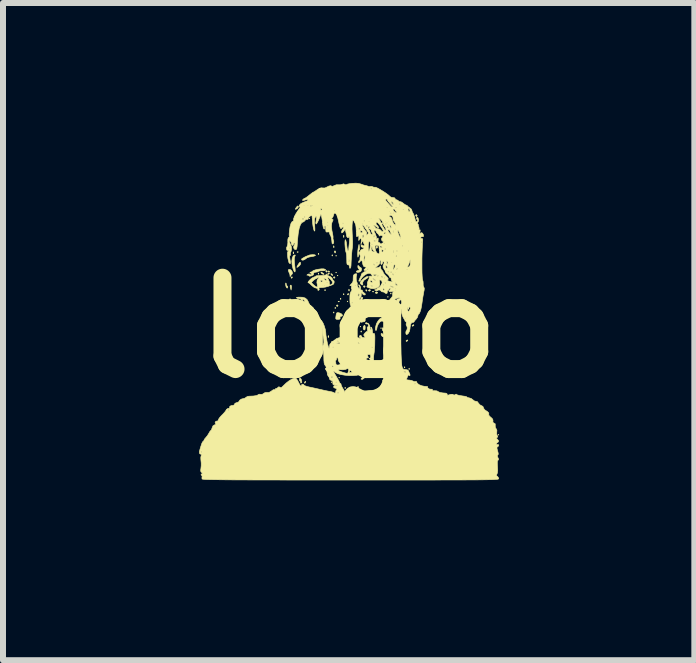
<source format=kicad_pcb>
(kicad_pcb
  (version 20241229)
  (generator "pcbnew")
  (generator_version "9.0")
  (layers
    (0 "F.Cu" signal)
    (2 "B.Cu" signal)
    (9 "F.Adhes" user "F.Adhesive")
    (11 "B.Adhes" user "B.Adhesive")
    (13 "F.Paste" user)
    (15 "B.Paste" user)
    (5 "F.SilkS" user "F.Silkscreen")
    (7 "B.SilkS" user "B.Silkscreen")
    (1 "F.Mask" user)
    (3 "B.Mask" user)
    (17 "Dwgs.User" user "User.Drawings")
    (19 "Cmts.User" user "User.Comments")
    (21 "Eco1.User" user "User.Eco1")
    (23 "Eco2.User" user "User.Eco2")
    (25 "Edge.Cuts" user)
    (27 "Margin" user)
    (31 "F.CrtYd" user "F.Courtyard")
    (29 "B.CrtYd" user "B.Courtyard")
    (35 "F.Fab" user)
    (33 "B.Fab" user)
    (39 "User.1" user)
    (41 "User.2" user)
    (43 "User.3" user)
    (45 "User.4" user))
  (footprint "logo"
    (layer "F.Cu")
    (at 2.765 2.416)
    (property "Reference" "logo" (at 0 0 0) (layer "F.SilkS") (effects (font (size 1.524 1.524) (thickness 0.3))))
    (attr through_hole)
    (fp_poly (pts (xy -0.749 -0.248) (xy -0.756 -0.241) (xy -0.762 -0.248) (xy -0.756 -0.254) (xy -0.749 -0.248)) (stroke (width 0.01) (type solid)) (fill yes) (layer "F.SilkS"))
    (fp_poly (pts (xy -0.648 -1.822) (xy -0.654 -1.816) (xy -0.66 -1.822) (xy -0.654 -1.829) (xy -0.648 -1.822)) (stroke (width 0.01) (type solid)) (fill yes) (layer "F.SilkS"))
    (fp_poly (pts (xy -0.279 0.908) (xy -0.286 0.914) (xy -0.292 0.908) (xy -0.286 0.902) (xy -0.279 0.908)) (stroke (width 0.01) (type solid)) (fill yes) (layer "F.SilkS"))
    (fp_poly (pts (xy -0.203 -1.2) (xy -0.21 -1.194) (xy -0.216 -1.2) (xy -0.21 -1.206) (xy -0.203 -1.2)) (stroke (width 0.01) (type solid)) (fill yes) (layer "F.SilkS"))
    (fp_poly (pts (xy -0.203 -0.921) (xy -0.21 -0.914) (xy -0.216 -0.921) (xy -0.21 -0.927) (xy -0.203 -0.921)) (stroke (width 0.01) (type solid)) (fill yes) (layer "F.SilkS"))
    (fp_poly (pts (xy -0.178 -0.87) (xy -0.184 -0.864) (xy -0.191 -0.87) (xy -0.184 -0.876) (xy -0.178 -0.87)) (stroke (width 0.01) (type solid)) (fill yes) (layer "F.SilkS"))
    (fp_poly (pts (xy -0.152 0.832) (xy -0.159 0.838) (xy -0.165 0.832) (xy -0.159 0.826) (xy -0.152 0.832)) (stroke (width 0.01) (type solid)) (fill yes) (layer "F.SilkS"))
    (fp_poly (pts (xy -0.038 -0.222) (xy -0.044 -0.216) (xy -0.051 -0.222) (xy -0.044 -0.229) (xy -0.038 -0.222)) (stroke (width 0.01) (type solid)) (fill yes) (layer "F.SilkS"))
    (fp_poly (pts (xy -0.013 -0.438) (xy -0.019 -0.432) (xy -0.025 -0.438) (xy -0.019 -0.445) (xy -0.013 -0.438)) (stroke (width 0.01) (type solid)) (fill yes) (layer "F.SilkS"))
    (fp_poly (pts (xy 0.203 -0.019) (xy 0.197 -0.013) (xy 0.191 -0.019) (xy 0.197 -0.025) (xy 0.203 -0.019)) (stroke (width 0.01) (type solid)) (fill yes) (layer "F.SilkS"))
    (fp_poly (pts (xy 0.521 -0.197) (xy 0.514 -0.191) (xy 0.508 -0.197) (xy 0.514 -0.203) (xy 0.521 -0.197)) (stroke (width 0.01) (type solid)) (fill yes) (layer "F.SilkS"))
    (fp_poly (pts (xy 0.546 0.006) (xy 0.54 0.013) (xy 0.533 0.006) (xy 0.54 0) (xy 0.546 0.006)) (stroke (width 0.01) (type solid)) (fill yes) (layer "F.SilkS"))
    (fp_poly (pts (xy 0.66 -0.514) (xy 0.654 -0.508) (xy 0.648 -0.514) (xy 0.654 -0.521) (xy 0.66 -0.514)) (stroke (width 0.01) (type solid)) (fill yes) (layer "F.SilkS"))
    (fp_poly (pts (xy 2.502 1.784) (xy 2.496 1.791) (xy 2.489 1.784) (xy 2.496 1.778) (xy 2.502 1.784)) (stroke (width 0.01) (type solid)) (fill yes) (layer "F.SilkS"))
    (fp_poly (pts (xy -0.982 -0.244) (xy -0.981 -0.218) (xy -0.982 -0.213) (xy -0.987 -0.211) (xy -0.989 -0.229) (xy -0.987 -0.247) (xy -0.982 -0.244)) (stroke (width 0.01) (type solid)) (fill yes) (layer "F.SilkS"))
    (fp_poly (pts (xy -0.957 0.83) (xy -0.958 0.837) (xy -0.965 0.838) (xy -0.976 0.834) (xy -0.974 0.83) (xy -0.959 0.828) (xy -0.957 0.83)) (stroke (width 0.01) (type solid)) (fill yes) (layer "F.SilkS"))
    (fp_poly (pts (xy -0.918 -1.26) (xy -0.917 -1.24) (xy -0.919 -1.235) (xy -0.925 -1.239) (xy -0.926 -1.252) (xy -0.923 -1.266) (xy -0.918 -1.26)) (stroke (width 0.01) (type solid)) (fill yes) (layer "F.SilkS"))
    (fp_poly (pts (xy -0.868 -0.453) (xy -0.866 -0.438) (xy -0.868 -0.436) (xy -0.875 -0.438) (xy -0.876 -0.445) (xy -0.872 -0.455) (xy -0.868 -0.453)) (stroke (width 0.01) (type solid)) (fill yes) (layer "F.SilkS"))
    (fp_poly (pts (xy -0.842 -1.266) (xy -0.844 -1.258) (xy -0.851 -1.257) (xy -0.861 -1.262) (xy -0.859 -1.266) (xy -0.844 -1.267) (xy -0.842 -1.266)) (stroke (width 0.01) (type solid)) (fill yes) (layer "F.SilkS"))
    (fp_poly (pts (xy -0.576 0.373) (xy -0.577 0.38) (xy -0.584 0.381) (xy -0.595 0.376) (xy -0.593 0.373) (xy -0.578 0.371) (xy -0.576 0.373)) (stroke (width 0.01) (type solid)) (fill yes) (layer "F.SilkS"))
    (fp_poly (pts (xy -0.5 -1.24) (xy -0.498 -1.225) (xy -0.5 -1.223) (xy -0.507 -1.225) (xy -0.508 -1.232) (xy -0.503 -1.242) (xy -0.5 -1.24)) (stroke (width 0.01) (type solid)) (fill yes) (layer "F.SilkS"))
    (fp_poly (pts (xy -0.5 -0.91) (xy -0.498 -0.895) (xy -0.5 -0.893) (xy -0.507 -0.895) (xy -0.508 -0.902) (xy -0.503 -0.912) (xy -0.5 -0.91)) (stroke (width 0.01) (type solid)) (fill yes) (layer "F.SilkS"))
    (fp_poly (pts (xy -0.385 -0.631) (xy -0.387 -0.623) (xy -0.394 -0.622) (xy -0.404 -0.627) (xy -0.402 -0.631) (xy -0.387 -0.632) (xy -0.385 -0.631)) (stroke (width 0.01) (type solid)) (fill yes) (layer "F.SilkS"))
    (fp_poly (pts (xy -0.334 0.137) (xy -0.333 0.157) (xy -0.335 0.162) (xy -0.341 0.158) (xy -0.342 0.145) (xy -0.339 0.131) (xy -0.334 0.137)) (stroke (width 0.01) (type solid)) (fill yes) (layer "F.SilkS"))
    (fp_poly (pts (xy -0.271 -1.215) (xy -0.269 -1.2) (xy -0.271 -1.198) (xy -0.278 -1.2) (xy -0.279 -1.206) (xy -0.275 -1.217) (xy -0.271 -1.215)) (stroke (width 0.01) (type solid)) (fill yes) (layer "F.SilkS"))
    (fp_poly (pts (xy -0.246 -0.262) (xy -0.244 -0.247) (xy -0.246 -0.246) (xy -0.253 -0.247) (xy -0.254 -0.254) (xy -0.249 -0.264) (xy -0.246 -0.262)) (stroke (width 0.01) (type solid)) (fill yes) (layer "F.SilkS"))
    (fp_poly (pts (xy -0.245 -1.361) (xy -0.244 -1.341) (xy -0.246 -1.337) (xy -0.252 -1.341) (xy -0.253 -1.354) (xy -0.25 -1.367) (xy -0.245 -1.361)) (stroke (width 0.01) (type solid)) (fill yes) (layer "F.SilkS"))
    (fp_poly (pts (xy -0.22 -0.339) (xy -0.219 -0.324) (xy -0.22 -0.322) (xy -0.228 -0.323) (xy -0.229 -0.33) (xy -0.224 -0.341) (xy -0.22 -0.339)) (stroke (width 0.01) (type solid)) (fill yes) (layer "F.SilkS"))
    (fp_poly (pts (xy -0.157 -0.44) (xy -0.158 -0.433) (xy -0.165 -0.432) (xy -0.176 -0.436) (xy -0.174 -0.44) (xy -0.158 -0.442) (xy -0.157 -0.44)) (stroke (width 0.01) (type solid)) (fill yes) (layer "F.SilkS"))
    (fp_poly (pts (xy -0.131 -0.491) (xy -0.13 -0.476) (xy -0.131 -0.474) (xy -0.139 -0.476) (xy -0.14 -0.483) (xy -0.135 -0.493) (xy -0.131 -0.491)) (stroke (width 0.01) (type solid)) (fill yes) (layer "F.SilkS"))
    (fp_poly (pts (xy -0.08 -1.54) (xy -0.079 -1.514) (xy -0.08 -1.508) (xy -0.085 -1.507) (xy -0.087 -1.524) (xy -0.085 -1.542) (xy -0.08 -1.54)) (stroke (width 0.01) (type solid)) (fill yes) (layer "F.SilkS"))
    (fp_poly (pts (xy -0.08 -0.567) (xy -0.079 -0.552) (xy -0.08 -0.55) (xy -0.088 -0.552) (xy -0.089 -0.559) (xy -0.084 -0.569) (xy -0.08 -0.567)) (stroke (width 0.01) (type solid)) (fill yes) (layer "F.SilkS"))
    (fp_poly (pts (xy -0.055 0.995) (xy -0.054 1.01) (xy -0.055 1.012) (xy -0.063 1.01) (xy -0.064 1.003) (xy -0.059 0.993) (xy -0.055 0.995)) (stroke (width 0.01) (type solid)) (fill yes) (layer "F.SilkS"))
    (fp_poly (pts (xy 0.009 -0.637) (xy 0.01 -0.618) (xy 0.008 -0.613) (xy 0.002 -0.617) (xy 0.001 -0.63) (xy 0.004 -0.643) (xy 0.009 -0.637)) (stroke (width 0.01) (type solid)) (fill yes) (layer "F.SilkS"))
    (fp_poly (pts (xy 0.212 0.055) (xy 0.213 0.07) (xy 0.212 0.072) (xy 0.204 0.07) (xy 0.203 0.064) (xy 0.208 0.053) (xy 0.212 0.055)) (stroke (width 0.01) (type solid)) (fill yes) (layer "F.SilkS"))
    (fp_poly (pts (xy 0.326 -0.339) (xy 0.324 -0.331) (xy 0.318 -0.33) (xy 0.307 -0.335) (xy 0.309 -0.339) (xy 0.324 -0.34) (xy 0.326 -0.339)) (stroke (width 0.01) (type solid)) (fill yes) (layer "F.SilkS"))
    (fp_poly (pts (xy 0.415 -0.605) (xy 0.413 -0.598) (xy 0.406 -0.597) (xy 0.396 -0.602) (xy 0.398 -0.605) (xy 0.413 -0.607) (xy 0.415 -0.605)) (stroke (width 0.01) (type solid)) (fill yes) (layer "F.SilkS"))
    (fp_poly (pts (xy 0.707 -0.58) (xy 0.708 -0.565) (xy 0.707 -0.563) (xy 0.699 -0.565) (xy 0.699 -0.572) (xy 0.703 -0.582) (xy 0.707 -0.58)) (stroke (width 0.01) (type solid)) (fill yes) (layer "F.SilkS"))
    (fp_poly (pts (xy 0.936 0.652) (xy 0.937 0.667) (xy 0.936 0.669) (xy 0.928 0.667) (xy 0.927 0.66) (xy 0.932 0.65) (xy 0.936 0.652)) (stroke (width 0.01) (type solid)) (fill yes) (layer "F.SilkS"))
    (fp_poly (pts (xy 1.012 0.677) (xy 1.013 0.692) (xy 1.012 0.694) (xy 1.004 0.693) (xy 1.003 0.686) (xy 1.008 0.675) (xy 1.012 0.677)) (stroke (width 0.01) (type solid)) (fill yes) (layer "F.SilkS"))
    (fp_poly (pts (xy -0.954 -0.693) (xy -0.955 -0.665) (xy -0.96 -0.629) (xy -0.971 -0.664) (xy -0.976 -0.692) (xy -0.973 -0.708) (xy -0.961 -0.711) (xy -0.954 -0.693)) (stroke (width 0.01) (type solid)) (fill yes) (layer "F.SilkS"))
    (fp_poly (pts (xy -0.717 0.897) (xy -0.719 0.907) (xy -0.729 0.925) (xy -0.736 0.922) (xy -0.737 0.915) (xy -0.727 0.898) (xy -0.724 0.895) (xy -0.717 0.897)) (stroke (width 0.01) (type solid)) (fill yes) (layer "F.SilkS"))
    (fp_poly (pts (xy -0.278 -0.894) (xy -0.268 -0.879) (xy -0.269 -0.87) (xy -0.279 -0.875) (xy -0.289 -0.884) (xy -0.298 -0.898) (xy -0.293 -0.902) (xy -0.278 -0.894)) (stroke (width 0.01) (type solid)) (fill yes) (layer "F.SilkS"))
    (fp_poly (pts (xy -0.217 -1.267) (xy -0.219 -1.256) (xy -0.226 -1.246) (xy -0.234 -1.256) (xy -0.239 -1.274) (xy -0.236 -1.279) (xy -0.224 -1.281) (xy -0.217 -1.267)) (stroke (width 0.01) (type solid)) (fill yes) (layer "F.SilkS"))
    (fp_poly (pts (xy 0.164 -0.073) (xy 0.166 -0.067) (xy 0.157 -0.055) (xy 0.152 -0.053) (xy 0.141 -0.057) (xy 0.142 -0.063) (xy 0.153 -0.076) (xy 0.164 -0.073)) (stroke (width 0.01) (type solid)) (fill yes) (layer "F.SilkS"))
    (fp_poly (pts (xy 0.235 -0.403) (xy 0.249 -0.391) (xy 0.263 -0.372) (xy 0.264 -0.361) (xy 0.253 -0.365) (xy 0.241 -0.383) (xy 0.231 -0.403) (xy 0.235 -0.403)) (stroke (width 0.01) (type solid)) (fill yes) (layer "F.SilkS"))
    (fp_poly (pts (xy -0.967 -0.472) (xy -0.965 -0.464) (xy -0.973 -0.443) (xy -0.978 -0.438) (xy -0.988 -0.442) (xy -0.991 -0.456) (xy -0.985 -0.477) (xy -0.978 -0.483) (xy -0.967 -0.472)) (stroke (width 0.01) (type solid)) (fill yes) (layer "F.SilkS"))
    (fp_poly (pts (xy -0.94 -0.841) (xy -0.94 -0.838) (xy -0.95 -0.826) (xy -0.953 -0.826) (xy -0.961 -0.833) (xy -0.959 -0.838) (xy -0.947 -0.85) (xy -0.945 -0.851) (xy -0.94 -0.841)) (stroke (width 0.01) (type solid)) (fill yes) (layer "F.SilkS"))
    (fp_poly (pts (xy -0.89 -0.243) (xy -0.889 -0.231) (xy -0.897 -0.211) (xy -0.907 -0.207) (xy -0.919 -0.213) (xy -0.913 -0.231) (xy -0.901 -0.25) (xy -0.895 -0.254) (xy -0.89 -0.243)) (stroke (width 0.01) (type solid)) (fill yes) (layer "F.SilkS"))
    (fp_poly (pts (xy -0.869 -0.311) (xy -0.87 -0.305) (xy -0.886 -0.293) (xy -0.89 -0.292) (xy -0.901 -0.302) (xy -0.902 -0.305) (xy -0.891 -0.316) (xy -0.882 -0.318) (xy -0.869 -0.311)) (stroke (width 0.01) (type solid)) (fill yes) (layer "F.SilkS"))
    (fp_poly (pts (xy -0.699 -0.054) (xy -0.699 -0.051) (xy -0.703 -0.038) (xy -0.704 -0.038) (xy -0.715 -0.047) (xy -0.718 -0.051) (xy -0.717 -0.063) (xy -0.712 -0.064) (xy -0.699 -0.054)) (stroke (width 0.01) (type solid)) (fill yes) (layer "F.SilkS"))
    (fp_poly (pts (xy -0.636 0.591) (xy -0.632 0.594) (xy -0.624 0.612) (xy -0.632 0.625) (xy -0.644 0.631) (xy -0.648 0.616) (xy -0.648 0.61) (xy -0.645 0.589) (xy -0.636 0.591)) (stroke (width 0.01) (type solid)) (fill yes) (layer "F.SilkS"))
    (fp_poly (pts (xy -0.522 0.134) (xy -0.521 0.138) (xy -0.53 0.156) (xy -0.533 0.159) (xy -0.545 0.158) (xy -0.546 0.154) (xy -0.537 0.136) (xy -0.533 0.133) (xy -0.522 0.134)) (stroke (width 0.01) (type solid)) (fill yes) (layer "F.SilkS"))
    (fp_poly (pts (xy -0.356 -0.943) (xy -0.356 -0.94) (xy -0.365 -0.927) (xy -0.368 -0.927) (xy -0.381 -0.937) (xy -0.381 -0.94) (xy -0.371 -0.952) (xy -0.368 -0.953) (xy -0.356 -0.943)) (stroke (width 0.01) (type solid)) (fill yes) (layer "F.SilkS"))
    (fp_poly (pts (xy -0.33 -0.946) (xy -0.318 -0.935) (xy -0.318 -0.933) (xy -0.327 -0.927) (xy -0.33 -0.927) (xy -0.342 -0.937) (xy -0.343 -0.941) (xy -0.335 -0.948) (xy -0.33 -0.946)) (stroke (width 0.01) (type solid)) (fill yes) (layer "F.SilkS"))
    (fp_poly (pts (xy -0.322 -0.907) (xy -0.324 -0.902) (xy -0.335 -0.89) (xy -0.337 -0.889) (xy -0.343 -0.899) (xy -0.343 -0.902) (xy -0.333 -0.914) (xy -0.329 -0.914) (xy -0.322 -0.907)) (stroke (width 0.01) (type solid)) (fill yes) (layer "F.SilkS"))
    (fp_poly (pts (xy -0.229 -0.841) (xy -0.229 -0.838) (xy -0.238 -0.826) (xy -0.241 -0.826) (xy -0.254 -0.835) (xy -0.254 -0.838) (xy -0.244 -0.851) (xy -0.241 -0.851) (xy -0.229 -0.841)) (stroke (width 0.01) (type solid)) (fill yes) (layer "F.SilkS"))
    (fp_poly (pts (xy -0.178 -0.371) (xy -0.178 -0.368) (xy -0.187 -0.356) (xy -0.191 -0.356) (xy -0.203 -0.365) (xy -0.203 -0.368) (xy -0.194 -0.381) (xy -0.191 -0.381) (xy -0.178 -0.371)) (stroke (width 0.01) (type solid)) (fill yes) (layer "F.SilkS"))
    (fp_poly (pts (xy -0.000146 -0.562) (xy 0 -0.559) (xy -0.01 -0.547) (xy -0.013 -0.546) (xy -0.021 -0.554) (xy -0.019 -0.559) (xy -0.008 -0.571) (xy -0.006 -0.572) (xy -0.000146 -0.562)) (stroke (width 0.01) (type solid)) (fill yes) (layer "F.SilkS"))
    (fp_poly (pts (xy 0.038 -0.27) (xy 0.038 -0.267) (xy 0.028 -0.256) (xy 0.018 -0.254) (xy 0.005 -0.26) (xy 0.006 -0.267) (xy 0.023 -0.279) (xy 0.026 -0.279) (xy 0.038 -0.27)) (stroke (width 0.01) (type solid)) (fill yes) (layer "F.SilkS"))
    (fp_poly (pts (xy 0.118 -0.109) (xy 0.119 -0.09) (xy 0.109 -0.08) (xy 0.097 -0.086) (xy 0.097 -0.086) (xy 0.097 -0.105) (xy 0.101 -0.113) (xy 0.111 -0.122) (xy 0.118 -0.109)) (stroke (width 0.01) (type solid)) (fill yes) (layer "F.SilkS"))
    (fp_poly (pts (xy 0.274 -0.693) (xy 0.273 -0.686) (xy 0.262 -0.674) (xy 0.26 -0.673) (xy 0.25 -0.682) (xy 0.248 -0.686) (xy 0.251 -0.697) (xy 0.26 -0.699) (xy 0.274 -0.693)) (stroke (width 0.01) (type solid)) (fill yes) (layer "F.SilkS"))
    (fp_poly (pts (xy 0.304 -0.626) (xy 0.305 -0.622) (xy 0.3 -0.61) (xy 0.299 -0.61) (xy 0.288 -0.619) (xy 0.286 -0.622) (xy 0.287 -0.634) (xy 0.291 -0.635) (xy 0.304 -0.626)) (stroke (width 0.01) (type solid)) (fill yes) (layer "F.SilkS"))
    (fp_poly (pts (xy 0.363 -0.629) (xy 0.362 -0.622) (xy 0.346 -0.61) (xy 0.342 -0.61) (xy 0.331 -0.619) (xy 0.33 -0.622) (xy 0.341 -0.633) (xy 0.35 -0.635) (xy 0.363 -0.629)) (stroke (width 0.01) (type solid)) (fill yes) (layer "F.SilkS"))
    (fp_poly (pts (xy 0.48 -0.59) (xy 0.483 -0.584) (xy 0.472 -0.573) (xy 0.464 -0.572) (xy 0.447 -0.578) (xy 0.445 -0.584) (xy 0.455 -0.595) (xy 0.464 -0.597) (xy 0.48 -0.59)) (stroke (width 0.01) (type solid)) (fill yes) (layer "F.SilkS"))
    (fp_poly (pts (xy 0.482 -1.35) (xy 0.483 -1.347) (xy 0.473 -1.33) (xy 0.47 -1.327) (xy 0.459 -1.33) (xy 0.457 -1.339) (xy 0.464 -1.356) (xy 0.47 -1.359) (xy 0.482 -1.35)) (stroke (width 0.01) (type solid)) (fill yes) (layer "F.SilkS"))
    (fp_poly (pts (xy 0.986 0.211) (xy 0.984 0.216) (xy 0.967 0.228) (xy 0.964 0.229) (xy 0.957 0.221) (xy 0.959 0.216) (xy 0.976 0.204) (xy 0.979 0.203) (xy 0.986 0.211)) (stroke (width 0.01) (type solid)) (fill yes) (layer "F.SilkS"))
    (fp_poly (pts (xy 1.088 -0.043) (xy 1.086 -0.038) (xy 1.069 -0.026) (xy 1.065 -0.025) (xy 1.058 -0.033) (xy 1.06 -0.038) (xy 1.077 -0.05) (xy 1.081 -0.051) (xy 1.088 -0.043)) (stroke (width 0.01) (type solid)) (fill yes) (layer "F.SilkS"))
    (fp_poly (pts (xy 1.13 -1.886) (xy 1.143 -1.87) (xy 1.143 -1.866) (xy 1.133 -1.855) (xy 1.13 -1.854) (xy 1.119 -1.865) (xy 1.118 -1.874) (xy 1.124 -1.887) (xy 1.13 -1.886)) (stroke (width 0.01) (type solid)) (fill yes) (layer "F.SilkS"))
    (fp_poly (pts (xy -0.434 -0.915) (xy -0.425 -0.908) (xy -0.41 -0.895) (xy -0.416 -0.89) (xy -0.419 -0.89) (xy -0.443 -0.899) (xy -0.455 -0.909) (xy -0.463 -0.924) (xy -0.455 -0.926) (xy -0.434 -0.915)) (stroke (width 0.01) (type solid)) (fill yes) (layer "F.SilkS"))
    (fp_poly (pts (xy 0.274 -0.025) (xy 0.276 -0.006) (xy 0.273 0.028) (xy 0.263 0.038) (xy 0.25 0.03) (xy 0.241 0.006) (xy 0.247 -0.022) (xy 0.258 -0.036) (xy 0.269 -0.04) (xy 0.274 -0.025)) (stroke (width 0.01) (type solid)) (fill yes) (layer "F.SilkS"))
    (fp_poly (pts (xy 0.574 0.111) (xy 0.584 0.131) (xy 0.584 0.135) (xy 0.578 0.151) (xy 0.563 0.148) (xy 0.547 0.129) (xy 0.54 0.106) (xy 0.542 0.097) (xy 0.557 0.097) (xy 0.574 0.111)) (stroke (width 0.01) (type solid)) (fill yes) (layer "F.SilkS"))
    (fp_poly (pts (xy 0.595 0.874) (xy 0.602 0.896) (xy 0.602 0.915) (xy 0.599 0.919) (xy 0.585 0.916) (xy 0.574 0.907) (xy 0.564 0.885) (xy 0.572 0.867) (xy 0.583 0.864) (xy 0.595 0.874)) (stroke (width 0.01) (type solid)) (fill yes) (layer "F.SilkS"))
    (fp_poly (pts (xy -0.837 -2.024) (xy -0.843 -2.006) (xy -0.858 -1.988) (xy -0.864 -1.984) (xy -0.883 -1.975) (xy -0.889 -1.978) (xy -0.881 -1.996) (xy -0.865 -2.017) (xy -0.85 -2.031) (xy -0.846 -2.032) (xy -0.837 -2.024)) (stroke (width 0.01) (type solid)) (fill yes) (layer "F.SilkS"))
    (fp_poly (pts (xy -0.737 -0.205) (xy -0.728 -0.182) (xy -0.728 -0.158) (xy -0.73 -0.153) (xy -0.745 -0.14) (xy -0.757 -0.149) (xy -0.762 -0.178) (xy -0.759 -0.205) (xy -0.75 -0.216) (xy -0.75 -0.216) (xy -0.737 -0.205)) (stroke (width 0.01) (type solid)) (fill yes) (layer "F.SilkS"))
    (fp_poly (pts (xy -0.659 -0.308) (xy -0.646 -0.288) (xy -0.638 -0.26) (xy -0.638 -0.237) (xy -0.643 -0.218) (xy -0.648 -0.223) (xy -0.653 -0.235) (xy -0.666 -0.267) (xy -0.674 -0.282) (xy -0.678 -0.304) (xy -0.673 -0.311) (xy -0.659 -0.308)) (stroke (width 0.01) (type solid)) (fill yes) (layer "F.SilkS"))
    (fp_poly (pts (xy 0.692 -0.332) (xy 0.695 -0.302) (xy 0.695 -0.299) (xy 0.691 -0.269) (xy 0.683 -0.255) (xy 0.675 -0.259) (xy 0.671 -0.279) (xy 0.669 -0.308) (xy 0.668 -0.32) (xy 0.677 -0.337) (xy 0.681 -0.339) (xy 0.692 -0.332)) (stroke (width 0.01) (type solid)) (fill yes) (layer "F.SilkS"))
    (fp_poly (pts (xy -0.805 0.839) (xy -0.79 0.863) (xy -0.786 0.873) (xy -0.781 0.906) (xy -0.787 0.919) (xy -0.798 0.923) (xy -0.8 0.911) (xy -0.806 0.892) (xy -0.811 0.889) (xy -0.819 0.878) (xy -0.821 0.858) (xy -0.816 0.837) (xy -0.805 0.839)) (stroke (width 0.01) (type solid)) (fill yes) (layer "F.SilkS"))
    (fp_poly (pts (xy -0.801 -1.083) (xy -0.803 -1.062) (xy -0.81 -1.048) (xy -0.827 -1.03) (xy -0.847 -1.014) (xy -0.861 -1.007) (xy -0.864 -1.009) (xy -0.857 -1.028) (xy -0.842 -1.054) (xy -0.825 -1.079) (xy -0.812 -1.092) (xy -0.81 -1.092) (xy -0.801 -1.083)) (stroke (width 0.01) (type solid)) (fill yes) (layer "F.SilkS"))
    (fp_poly (pts (xy -1.043 -0.742) (xy -1.041 -0.726) (xy -1.036 -0.704) (xy -1.029 -0.699) (xy -1.017 -0.688) (xy -1.016 -0.679) (xy -1.021 -0.662) (xy -1.031 -0.664) (xy -1.043 -0.682) (xy -1.048 -0.699) (xy -1.052 -0.729) (xy -1.049 -0.746) (xy -1.049 -0.746) (xy -1.043 -0.742)) (stroke (width 0.01) (type solid)) (fill yes) (layer "F.SilkS"))
    (fp_poly (pts (xy -0.582 0.058) (xy -0.577 0.08) (xy -0.578 0.117) (xy -0.583 0.155) (xy -0.59 0.181) (xy -0.605 0.202) (xy -0.616 0.2) (xy -0.619 0.179) (xy -0.617 0.168) (xy -0.608 0.13) (xy -0.599 0.089) (xy -0.591 0.063) (xy -0.583 0.056) (xy -0.582 0.058)) (stroke (width 0.01) (type solid)) (fill yes) (layer "F.SilkS"))
    (fp_poly (pts (xy -0.86 -0.395) (xy -0.855 -0.376) (xy -0.857 -0.366) (xy -0.873 -0.355) (xy -0.901 -0.348) (xy -0.935 -0.348) (xy -0.963 -0.352) (xy -0.977 -0.363) (xy -0.978 -0.365) (xy -0.967 -0.379) (xy -0.936 -0.383) (xy -0.916 -0.382) (xy -0.894 -0.389) (xy -0.888 -0.396) (xy -0.874 -0.404) (xy -0.86 -0.395)) (stroke (width 0.01) (type solid)) (fill yes) (layer "F.SilkS"))
    (fp_poly (pts (xy -0.975 -0.971) (xy -0.974 -0.971) (xy -0.953 -0.954) (xy -0.94 -0.929) (xy -0.937 -0.904) (xy -0.945 -0.893) (xy -0.964 -0.872) (xy -0.969 -0.864) (xy -0.976 -0.853) (xy -0.978 -0.857) (xy -0.979 -0.879) (xy -0.979 -0.88) (xy -0.983 -0.897) (xy -0.996 -0.925) (xy -0.997 -0.927) (xy -1.007 -0.958) (xy -0.999 -0.973) (xy -0.975 -0.971)) (stroke (width 0.01) (type solid)) (fill yes) (layer "F.SilkS"))
    (fp_poly (pts (xy 0.33 -0.848) (xy 0.316 -0.833) (xy 0.302 -0.824) (xy 0.257 -0.793) (xy 0.235 -0.762) (xy 0.235 -0.738) (xy 0.236 -0.716) (xy 0.224 -0.713) (xy 0.206 -0.726) (xy 0.192 -0.744) (xy 0.191 -0.75) (xy 0.2 -0.768) (xy 0.223 -0.794) (xy 0.253 -0.821) (xy 0.282 -0.843) (xy 0.297 -0.85) (xy 0.323 -0.856) (xy 0.33 -0.848)) (stroke (width 0.01) (type solid)) (fill yes) (layer "F.SilkS"))
    (fp_poly (pts (xy -0.891 -1.212) (xy -0.894 -1.196) (xy -0.898 -1.191) (xy -0.906 -1.166) (xy -0.907 -1.12) (xy -0.901 -1.051) (xy -0.895 -1) (xy -0.891 -0.953) (xy -0.895 -0.931) (xy -0.904 -0.932) (xy -0.918 -0.959) (xy -0.93 -0.991) (xy -0.944 -1.052) (xy -0.948 -1.111) (xy -0.941 -1.162) (xy -0.926 -1.197) (xy -0.923 -1.2) (xy -0.902 -1.214) (xy -0.891 -1.212)) (stroke (width 0.01) (type solid)) (fill yes) (layer "F.SilkS"))
    (fp_poly (pts (xy -0.15 -0.246) (xy -0.121 -0.232) (xy -0.105 -0.214) (xy -0.104 -0.199) (xy -0.121 -0.191) (xy -0.125 -0.191) (xy -0.143 -0.185) (xy -0.143 -0.165) (xy -0.143 -0.148) (xy -0.157 -0.141) (xy -0.178 -0.14) (xy -0.204 -0.141) (xy -0.215 -0.15) (xy -0.215 -0.173) (xy -0.212 -0.192) (xy -0.206 -0.231) (xy -0.195 -0.25) (xy -0.176 -0.252) (xy -0.15 -0.246)) (stroke (width 0.01) (type solid)) (fill yes) (layer "F.SilkS"))
    (fp_poly (pts (xy -0.565 -1.216) (xy -0.553 -1.209) (xy -0.562 -1.2) (xy -0.591 -1.191) (xy -0.624 -1.186) (xy -0.663 -1.178) (xy -0.693 -1.167) (xy -0.699 -1.163) (xy -0.733 -1.138) (xy -0.763 -1.126) (xy -0.781 -1.13) (xy -0.782 -1.131) (xy -0.786 -1.14) (xy -0.785 -1.147) (xy -0.773 -1.156) (xy -0.746 -1.172) (xy -0.72 -1.186) (xy -0.649 -1.214) (xy -0.6 -1.219) (xy -0.565 -1.216)) (stroke (width 0.01) (type solid)) (fill yes) (layer "F.SilkS"))
    (fp_poly (pts (xy 0.163 -1.035) (xy 0.17 -1.026) (xy 0.19 -1.008) (xy 0.201 -1.003) (xy 0.213 -0.993) (xy 0.215 -0.97) (xy 0.207 -0.946) (xy 0.206 -0.945) (xy 0.188 -0.931) (xy 0.162 -0.924) (xy 0.138 -0.925) (xy 0.127 -0.934) (xy 0.127 -0.935) (xy 0.138 -0.949) (xy 0.152 -0.953) (xy 0.174 -0.959) (xy 0.176 -0.974) (xy 0.165 -0.984) (xy 0.155 -1.002) (xy 0.153 -1.02) (xy 0.155 -1.039) (xy 0.163 -1.035)) (stroke (width 0.01) (type solid)) (fill yes) (layer "F.SilkS"))
    (fp_poly (pts (xy 0.119 -0.255) (xy 0.133 -0.236) (xy 0.142 -0.21) (xy 0.144 -0.187) (xy 0.137 -0.178) (xy 0.119 -0.171) (xy 0.093 -0.153) (xy 0.092 -0.152) (xy 0.066 -0.133) (xy 0.048 -0.129) (xy 0.03 -0.137) (xy 0.026 -0.139) (xy 0.005 -0.146) (xy -0.003 -0.144) (xy -0.012 -0.146) (xy -0.011 -0.152) (xy 0.038 -0.152) (xy 0.043 -0.142) (xy 0.047 -0.144) (xy 0.048 -0.159) (xy 0.047 -0.161) (xy 0.039 -0.159) (xy 0.038 -0.152) (xy -0.011 -0.152) (xy -0.01 -0.168) (xy -0.001 -0.195) (xy 0.019 -0.222) (xy 0.049 -0.245) (xy 0.083 -0.259) (xy 0.112 -0.259) (xy 0.119 -0.255)) (stroke (width 0.01) (type solid)) (fill yes) (layer "F.SilkS"))
    (fp_poly (pts (xy -0.412 -0.981) (xy -0.387 -0.972) (xy -0.385 -0.961) (xy -0.4 -0.953) (xy -0.431 -0.95) (xy -0.441 -0.95) (xy -0.476 -0.949) (xy -0.498 -0.943) (xy -0.501 -0.941) (xy -0.519 -0.931) (xy -0.547 -0.927) (xy -0.577 -0.921) (xy -0.587 -0.901) (xy -0.586 -0.887) (xy -0.596 -0.877) (xy -0.621 -0.866) (xy -0.623 -0.865) (xy -0.65 -0.859) (xy -0.66 -0.864) (xy -0.671 -0.875) (xy -0.683 -0.877) (xy -0.697 -0.878) (xy -0.689 -0.886) (xy -0.68 -0.891) (xy -0.659 -0.899) (xy -0.651 -0.892) (xy -0.637 -0.883) (xy -0.627 -0.885) (xy -0.617 -0.893) (xy -0.626 -0.905) (xy -0.631 -0.909) (xy -0.647 -0.922) (xy -0.641 -0.926) (xy -0.632 -0.927) (xy -0.608 -0.936) (xy -0.601 -0.945) (xy -0.583 -0.956) (xy -0.548 -0.967) (xy -0.503 -0.976) (xy -0.458 -0.982) (xy -0.42 -0.982) (xy -0.412 -0.981)) (stroke (width 0.01) (type solid)) (fill yes) (layer "F.SilkS"))
    (fp_poly (pts (xy -0.358 -0.893) (xy -0.359 -0.89) (xy -0.351 -0.873) (xy -0.337 -0.866) (xy -0.304 -0.852) (xy -0.278 -0.829) (xy -0.267 -0.805) (xy -0.267 -0.804) (xy -0.259 -0.789) (xy -0.254 -0.787) (xy -0.243 -0.778) (xy -0.242 -0.756) (xy -0.249 -0.733) (xy -0.264 -0.719) (xy -0.289 -0.71) (xy -0.326 -0.697) (xy -0.337 -0.692) (xy -0.383 -0.679) (xy -0.435 -0.671) (xy -0.447 -0.671) (xy -0.484 -0.668) (xy -0.498 -0.661) (xy -0.495 -0.654) (xy -0.49 -0.634) (xy -0.505 -0.623) (xy -0.51 -0.622) (xy -0.515 -0.632) (xy -0.513 -0.641) (xy -0.514 -0.656) (xy -0.536 -0.66) (xy -0.539 -0.66) (xy -0.575 -0.672) (xy -0.615 -0.703) (xy -0.617 -0.705) (xy -0.643 -0.73) (xy -0.663 -0.746) (xy -0.668 -0.748) (xy -0.679 -0.753) (xy -0.678 -0.753) (xy -0.623 -0.753) (xy -0.582 -0.713) (xy -0.551 -0.688) (xy -0.529 -0.679) (xy -0.518 -0.686) (xy -0.519 -0.7) (xy -0.52 -0.703) (xy -0.446 -0.703) (xy -0.429 -0.701) (xy -0.425 -0.701) (xy -0.404 -0.702) (xy -0.402 -0.706) (xy -0.403 -0.707) (xy -0.428 -0.709) (xy -0.441 -0.707) (xy -0.446 -0.703) (xy -0.52 -0.703) (xy -0.53 -0.754) (xy -0.53 -0.756) (xy -0.368 -0.756) (xy -0.362 -0.749) (xy -0.356 -0.756) (xy -0.362 -0.762) (xy -0.368 -0.756) (xy -0.53 -0.756) (xy -0.527 -0.781) (xy -0.47 -0.781) (xy -0.46 -0.764) (xy -0.451 -0.762) (xy -0.434 -0.768) (xy -0.432 -0.773) (xy -0.442 -0.787) (xy -0.451 -0.792) (xy -0.467 -0.79) (xy -0.47 -0.781) (xy -0.527 -0.781) (xy -0.526 -0.791) (xy -0.516 -0.807) (xy -0.503 -0.825) (xy -0.417 -0.825) (xy -0.412 -0.814) (xy -0.408 -0.808) (xy -0.388 -0.791) (xy -0.374 -0.789) (xy -0.371 -0.801) (xy -0.371 -0.803) (xy -0.387 -0.819) (xy -0.401 -0.824) (xy -0.417 -0.825) (xy -0.503 -0.825) (xy -0.499 -0.829) (xy -0.495 -0.842) (xy -0.496 -0.844) (xy -0.35 -0.844) (xy -0.35 -0.831) (xy -0.337 -0.8) (xy -0.324 -0.769) (xy -0.322 -0.745) (xy -0.322 -0.743) (xy -0.323 -0.72) (xy -0.309 -0.713) (xy -0.287 -0.722) (xy -0.282 -0.726) (xy -0.269 -0.747) (xy -0.272 -0.768) (xy -0.294 -0.798) (xy -0.307 -0.811) (xy -0.336 -0.838) (xy -0.35 -0.844) (xy -0.496 -0.844) (xy -0.499 -0.85) (xy -0.505 -0.843) (xy -0.524 -0.828) (xy -0.541 -0.821) (xy -0.569 -0.805) (xy -0.595 -0.783) (xy -0.623 -0.753) (xy -0.678 -0.753) (xy -0.673 -0.768) (xy -0.656 -0.79) (xy -0.632 -0.813) (xy -0.605 -0.833) (xy -0.579 -0.845) (xy -0.577 -0.846) (xy -0.554 -0.855) (xy -0.546 -0.863) (xy -0.535 -0.867) (xy -0.504 -0.87) (xy -0.467 -0.871) (xy -0.414 -0.873) (xy -0.382 -0.881) (xy -0.371 -0.889) (xy -0.359 -0.901) (xy -0.358 -0.893)) (stroke (width 0.01) (type solid)) (fill yes) (layer "F.SilkS"))
    (fp_poly (pts (xy 0.136 -0.894) (xy 0.133 -0.879) (xy 0.126 -0.85) (xy 0.126 -0.811) (xy 0.13 -0.777) (xy 0.139 -0.758) (xy 0.145 -0.737) (xy 0.143 -0.728) (xy 0.143 -0.706) (xy 0.152 -0.681) (xy 0.166 -0.66) (xy 0.179 -0.655) (xy 0.18 -0.655) (xy 0.183 -0.67) (xy 0.178 -0.686) (xy 0.166 -0.712) (xy 0.169 -0.718) (xy 0.185 -0.705) (xy 0.2 -0.674) (xy 0.198 -0.654) (xy 0.195 -0.632) (xy 0.205 -0.629) (xy 0.209 -0.63) (xy 0.226 -0.628) (xy 0.229 -0.618) (xy 0.239 -0.596) (xy 0.254 -0.584) (xy 0.274 -0.569) (xy 0.279 -0.558) (xy 0.271 -0.547) (xy 0.252 -0.548) (xy 0.236 -0.56) (xy 0.233 -0.565) (xy 0.221 -0.583) (xy 0.21 -0.579) (xy 0.21 -0.557) (xy 0.21 -0.555) (xy 0.208 -0.522) (xy 0.198 -0.509) (xy 0.181 -0.488) (xy 0.18 -0.473) (xy 0.191 -0.47) (xy 0.202 -0.48) (xy 0.203 -0.489) (xy 0.213 -0.506) (xy 0.223 -0.508) (xy 0.236 -0.502) (xy 0.233 -0.492) (xy 0.226 -0.467) (xy 0.227 -0.448) (xy 0.225 -0.427) (xy 0.211 -0.427) (xy 0.21 -0.427) (xy 0.195 -0.427) (xy 0.192 -0.41) (xy 0.202 -0.374) (xy 0.226 -0.318) (xy 0.228 -0.312) (xy 0.251 -0.255) (xy 0.267 -0.201) (xy 0.276 -0.154) (xy 0.276 -0.12) (xy 0.268 -0.103) (xy 0.263 -0.102) (xy 0.234 -0.097) (xy 0.222 -0.093) (xy 0.209 -0.091) (xy 0.205 -0.102) (xy 0.208 -0.131) (xy 0.209 -0.139) (xy 0.213 -0.174) (xy 0.209 -0.187) (xy 0.206 -0.186) (xy 0.197 -0.191) (xy 0.194 -0.211) (xy 0.182 -0.245) (xy 0.15 -0.273) (xy 0.104 -0.292) (xy 0.102 -0.293) (xy 0.079 -0.303) (xy 0.076 -0.311) (xy 0.14 -0.311) (xy 0.146 -0.305) (xy 0.152 -0.311) (xy 0.146 -0.318) (xy 0.14 -0.311) (xy 0.076 -0.311) (xy 0.073 -0.316) (xy 0.067 -0.335) (xy 0.049 -0.355) (xy 0.034 -0.369) (xy 0.026 -0.389) (xy 0.022 -0.419) (xy 0.051 -0.419) (xy 0.055 -0.409) (xy 0.059 -0.411) (xy 0.061 -0.426) (xy 0.059 -0.428) (xy 0.052 -0.426) (xy 0.051 -0.419) (xy 0.022 -0.419) (xy 0.022 -0.42) (xy 0.02 -0.468) (xy 0.02 -0.479) (xy 0.021 -0.535) (xy 0.021 -0.538) (xy 0.152 -0.538) (xy 0.159 -0.526) (xy 0.165 -0.527) (xy 0.177 -0.545) (xy 0.178 -0.554) (xy 0.171 -0.567) (xy 0.165 -0.565) (xy 0.154 -0.547) (xy 0.152 -0.538) (xy 0.021 -0.538) (xy 0.025 -0.572) (xy 0.034 -0.595) (xy 0.042 -0.607) (xy 0.056 -0.63) (xy 0.052 -0.641) (xy 0.044 -0.658) (xy 0.046 -0.68) (xy 0.049 -0.702) (xy 0.041 -0.705) (xy 0.102 -0.705) (xy 0.108 -0.699) (xy 0.114 -0.705) (xy 0.108 -0.711) (xy 0.102 -0.705) (xy 0.041 -0.705) (xy 0.039 -0.706) (xy 0.03 -0.703) (xy 0.02 -0.703) (xy 0.03 -0.716) (xy 0.042 -0.728) (xy 0.065 -0.755) (xy 0.074 -0.782) (xy 0.075 -0.82) (xy 0.077 -0.866) (xy 0.093 -0.893) (xy 0.123 -0.901) (xy 0.125 -0.902) (xy 0.136 -0.894)) (stroke (width 0.01) (type solid)) (fill yes) (layer "F.SilkS"))
    (fp_poly (pts (xy 0.167 -2.407) (xy 0.206 -2.396) (xy 0.245 -2.382) (xy 0.278 -2.373) (xy 0.286 -2.372) (xy 0.314 -2.364) (xy 0.326 -2.359) (xy 0.35 -2.355) (xy 0.361 -2.357) (xy 0.388 -2.357) (xy 0.399 -2.351) (xy 0.424 -2.342) (xy 0.437 -2.344) (xy 0.455 -2.341) (xy 0.488 -2.326) (xy 0.53 -2.302) (xy 0.577 -2.274) (xy 0.621 -2.245) (xy 0.659 -2.217) (xy 0.684 -2.195) (xy 0.69 -2.188) (xy 0.709 -2.176) (xy 0.737 -2.172) (xy 0.767 -2.166) (xy 0.775 -2.153) (xy 0.785 -2.137) (xy 0.799 -2.134) (xy 0.822 -2.125) (xy 0.83 -2.115) (xy 0.845 -2.102) (xy 0.855 -2.103) (xy 0.876 -2.099) (xy 0.903 -2.082) (xy 0.908 -2.077) (xy 0.936 -2.056) (xy 0.958 -2.045) (xy 0.961 -2.045) (xy 0.976 -2.039) (xy 0.978 -2.035) (xy 0.988 -2.022) (xy 1.012 -2.005) (xy 1.016 -2.002) (xy 1.042 -1.981) (xy 1.054 -1.958) (xy 1.054 -1.956) (xy 1.063 -1.927) (xy 1.071 -1.915) (xy 1.082 -1.894) (xy 1.096 -1.858) (xy 1.104 -1.827) (xy 1.114 -1.787) (xy 1.122 -1.768) (xy 1.131 -1.766) (xy 1.142 -1.775) (xy 1.154 -1.792) (xy 1.146 -1.8) (xy 1.133 -1.813) (xy 1.131 -1.831) (xy 1.141 -1.841) (xy 1.143 -1.842) (xy 1.157 -1.831) (xy 1.164 -1.806) (xy 1.163 -1.777) (xy 1.154 -1.757) (xy 1.143 -1.739) (xy 1.152 -1.73) (xy 1.153 -1.73) (xy 1.163 -1.718) (xy 1.161 -1.713) (xy 1.162 -1.694) (xy 1.168 -1.684) (xy 1.175 -1.659) (xy 1.173 -1.644) (xy 1.17 -1.629) (xy 1.181 -1.632) (xy 1.191 -1.634) (xy 1.193 -1.618) (xy 1.189 -1.599) (xy 1.186 -1.573) (xy 1.19 -1.57) (xy 1.193 -1.573) (xy 1.211 -1.586) (xy 1.231 -1.578) (xy 1.245 -1.553) (xy 1.247 -1.546) (xy 1.248 -1.523) (xy 1.236 -1.519) (xy 1.232 -1.52) (xy 1.209 -1.515) (xy 1.202 -1.505) (xy 1.202 -1.49) (xy 1.216 -1.489) (xy 1.232 -1.485) (xy 1.236 -1.463) (xy 1.235 -1.46) (xy 1.231 -1.396) (xy 1.227 -1.32) (xy 1.224 -1.237) (xy 1.222 -1.151) (xy 1.222 -1.065) (xy 1.222 -0.985) (xy 1.223 -0.913) (xy 1.226 -0.856) (xy 1.229 -0.815) (xy 1.233 -0.798) (xy 1.241 -0.77) (xy 1.243 -0.732) (xy 1.242 -0.73) (xy 1.244 -0.697) (xy 1.252 -0.677) (xy 1.254 -0.675) (xy 1.261 -0.66) (xy 1.259 -0.627) (xy 1.255 -0.61) (xy 1.247 -0.565) (xy 1.237 -0.509) (xy 1.231 -0.47) (xy 1.222 -0.406) (xy 1.215 -0.361) (xy 1.209 -0.328) (xy 1.203 -0.302) (xy 1.195 -0.276) (xy 1.194 -0.274) (xy 1.182 -0.244) (xy 1.17 -0.229) (xy 1.167 -0.229) (xy 1.158 -0.218) (xy 1.155 -0.2) (xy 1.146 -0.172) (xy 1.125 -0.143) (xy 1.124 -0.142) (xy 1.102 -0.118) (xy 1.092 -0.101) (xy 1.092 -0.1) (xy 1.082 -0.091) (xy 1.068 -0.089) (xy 1.047 -0.081) (xy 1.034 -0.057) (xy 1.025 -0.011) (xy 1.023 0.015) (xy 1.014 0.058) (xy 0.996 0.093) (xy 0.974 0.112) (xy 0.965 0.114) (xy 0.956 0.104) (xy 0.953 0.081) (xy 0.957 0.057) (xy 0.965 0.044) (xy 0.975 0.026) (xy 0.977 -0.003) (xy 0.97 -0.027) (xy 0.965 -0.032) (xy 0.958 -0.049) (xy 0.96 -0.071) (xy 0.962 -0.095) (xy 0.954 -0.102) (xy 0.94 -0.111) (xy 0.94 -0.115) (xy 0.933 -0.133) (xy 0.917 -0.159) (xy 0.94 -0.159) (xy 0.946 -0.152) (xy 0.953 -0.159) (xy 0.946 -0.165) (xy 0.94 -0.159) (xy 0.917 -0.159) (xy 0.916 -0.16) (xy 0.914 -0.163) (xy 0.895 -0.203) (xy 0.882 -0.258) (xy 0.88 -0.274) (xy 0.872 -0.322) (xy 0.87 -0.328) (xy 0.979 -0.328) (xy 0.983 -0.297) (xy 0.986 -0.285) (xy 0.994 -0.27) (xy 1.004 -0.276) (xy 1.012 -0.286) (xy 1.025 -0.312) (xy 1.029 -0.326) (xy 1.022 -0.346) (xy 1.01 -0.347) (xy 1.003 -0.33) (xy 1.002 -0.328) (xy 1.001 -0.308) (xy 0.996 -0.312) (xy 0.991 -0.324) (xy 0.982 -0.34) (xy 0.979 -0.332) (xy 0.979 -0.328) (xy 0.87 -0.328) (xy 0.86 -0.355) (xy 0.853 -0.364) (xy 0.841 -0.375) (xy 0.852 -0.384) (xy 0.86 -0.386) (xy 0.881 -0.402) (xy 0.883 -0.426) (xy 0.878 -0.456) (xy 0.867 -0.465) (xy 0.853 -0.459) (xy 0.84 -0.438) (xy 0.83 -0.397) (xy 0.824 -0.34) (xy 0.821 -0.272) (xy 0.821 -0.199) (xy 0.824 -0.124) (xy 0.832 -0.053) (xy 0.842 0.003) (xy 0.852 0.064) (xy 0.86 0.146) (xy 0.867 0.246) (xy 0.87 0.333) (xy 0.873 0.439) (xy 0.877 0.522) (xy 0.881 0.585) (xy 0.886 0.631) (xy 0.894 0.662) (xy 0.904 0.682) (xy 0.918 0.693) (xy 0.936 0.697) (xy 0.956 0.698) (xy 0.987 0.706) (xy 0.998 0.721) (xy 1.01 0.751) (xy 1.018 0.766) (xy 1.024 0.789) (xy 1.021 0.798) (xy 1.01 0.796) (xy 1.006 0.789) (xy 0.998 0.786) (xy 0.985 0.806) (xy 0.982 0.814) (xy 0.97 0.844) (xy 0.964 0.862) (xy 0.964 0.864) (xy 0.976 0.869) (xy 1.004 0.873) (xy 1.012 0.873) (xy 1.047 0.879) (xy 1.073 0.889) (xy 1.075 0.891) (xy 1.1 0.899) (xy 1.111 0.897) (xy 1.128 0.895) (xy 1.131 0.899) (xy 1.144 0.926) (xy 1.175 0.95) (xy 1.22 0.968) (xy 1.27 0.978) (xy 1.294 0.979) (xy 1.315 0.981) (xy 1.317 0.986) (xy 1.317 1) (xy 1.332 1.015) (xy 1.355 1.025) (xy 1.372 1.025) (xy 1.393 1.026) (xy 1.397 1.038) (xy 1.404 1.051) (xy 1.429 1.051) (xy 1.432 1.05) (xy 1.472 1.053) (xy 1.49 1.064) (xy 1.521 1.079) (xy 1.568 1.087) (xy 1.579 1.088) (xy 1.619 1.091) (xy 1.638 1.098) (xy 1.643 1.11) (xy 1.643 1.111) (xy 1.647 1.126) (xy 1.662 1.123) (xy 1.705 1.11) (xy 1.736 1.11) (xy 1.746 1.117) (xy 1.759 1.125) (xy 1.774 1.116) (xy 1.793 1.107) (xy 1.801 1.114) (xy 1.817 1.122) (xy 1.851 1.13) (xy 1.895 1.137) (xy 1.937 1.143) (xy 1.965 1.15) (xy 1.974 1.157) (xy 1.974 1.157) (xy 1.98 1.165) (xy 2.003 1.168) (xy 2.004 1.168) (xy 2.044 1.18) (xy 2.071 1.201) (xy 2.1 1.223) (xy 2.124 1.227) (xy 2.147 1.233) (xy 2.165 1.258) (xy 2.188 1.285) (xy 2.213 1.298) (xy 2.239 1.312) (xy 2.246 1.33) (xy 2.26 1.359) (xy 2.275 1.373) (xy 2.315 1.399) (xy 2.337 1.422) (xy 2.337 1.441) (xy 2.337 1.442) (xy 2.337 1.459) (xy 2.359 1.484) (xy 2.369 1.491) (xy 2.397 1.518) (xy 2.407 1.541) (xy 2.406 1.555) (xy 2.406 1.579) (xy 2.425 1.591) (xy 2.444 1.602) (xy 2.445 1.625) (xy 2.444 1.629) (xy 2.446 1.665) (xy 2.458 1.681) (xy 2.472 1.709) (xy 2.47 1.741) (xy 2.469 1.78) (xy 2.478 1.799) (xy 2.487 1.817) (xy 2.476 1.83) (xy 2.476 1.83) (xy 2.465 1.842) (xy 2.475 1.855) (xy 2.48 1.859) (xy 2.499 1.883) (xy 2.497 1.903) (xy 2.483 1.913) (xy 2.466 1.929) (xy 2.464 1.938) (xy 2.473 1.949) (xy 2.483 1.948) (xy 2.499 1.95) (xy 2.502 1.959) (xy 2.492 1.981) (xy 2.484 1.985) (xy 2.474 1.993) (xy 2.473 2.009) (xy 2.48 2.04) (xy 2.484 2.053) (xy 2.494 2.092) (xy 2.494 2.113) (xy 2.487 2.122) (xy 2.478 2.135) (xy 2.486 2.158) (xy 2.489 2.165) (xy 2.5 2.191) (xy 2.496 2.205) (xy 2.491 2.209) (xy 2.482 2.222) (xy 2.479 2.251) (xy 2.481 2.299) (xy 2.482 2.315) (xy 2.485 2.377) (xy 2.481 2.418) (xy 2.474 2.439) (xy 2.464 2.46) (xy 2.473 2.474) (xy 2.48 2.478) (xy 2.498 2.5) (xy 2.502 2.515) (xy 2.502 2.518) (xy 2.5 2.521) (xy 2.496 2.523) (xy 2.488 2.526) (xy 2.476 2.528) (xy 2.458 2.529) (xy 2.434 2.531) (xy 2.402 2.533) (xy 2.362 2.534) (xy 2.311 2.535) (xy 2.25 2.536) (xy 2.177 2.537) (xy 2.091 2.538) (xy 1.991 2.538) (xy 1.876 2.539) (xy 1.745 2.539) (xy 1.596 2.539) (xy 1.43 2.54) (xy 1.244 2.54) (xy 1.038 2.54) (xy 0.811 2.54) (xy 0.561 2.54) (xy 0.288 2.54) (xy 0.031 2.54) (xy -0.267 2.54) (xy -0.54 2.54) (xy -0.79 2.54) (xy -1.018 2.54) (xy -1.224 2.539) (xy -1.41 2.539) (xy -1.577 2.539) (xy -1.725 2.538) (xy -1.856 2.538) (xy -1.971 2.537) (xy -2.071 2.536) (xy -2.156 2.535) (xy -2.228 2.534) (xy -2.287 2.533) (xy -2.336 2.532) (xy -2.374 2.531) (xy -2.403 2.529) (xy -2.423 2.527) (xy -2.437 2.525) (xy -2.444 2.523) (xy -2.446 2.522) (xy -2.447 2.496) (xy -2.444 2.488) (xy -2.445 2.47) (xy -2.453 2.462) (xy -2.463 2.451) (xy -2.451 2.438) (xy -2.451 2.438) (xy -2.439 2.426) (xy -2.449 2.415) (xy -2.453 2.413) (xy -2.465 2.4) (xy -2.468 2.376) (xy -2.464 2.347) (xy -2.459 2.3) (xy -2.459 2.255) (xy -2.46 2.248) (xy -2.465 2.197) (xy -2.466 2.164) (xy -2.462 2.141) (xy -2.458 2.13) (xy -2.456 2.112) (xy -2.469 2.108) (xy -2.484 2.102) (xy -2.489 2.08) (xy -2.488 2.07) (xy -2.464 2.07) (xy -2.459 2.081) (xy -2.455 2.079) (xy -2.454 2.063) (xy -2.455 2.062) (xy -2.463 2.063) (xy -2.464 2.07) (xy -2.488 2.07) (xy -2.484 2.042) (xy -2.467 1.984) (xy -2.448 1.927) (xy -2.435 1.902) (xy -2.424 1.892) (xy -2.414 1.882) (xy -2.413 1.876) (xy -2.404 1.857) (xy -2.383 1.833) (xy -2.383 1.832) (xy -2.356 1.8) (xy -2.333 1.762) (xy -2.331 1.759) (xy -2.315 1.731) (xy -2.302 1.715) (xy -2.299 1.714) (xy -2.289 1.704) (xy -2.28 1.677) (xy -2.28 1.677) (xy -2.263 1.636) (xy -2.233 1.618) (xy -2.232 1.618) (xy -2.215 1.614) (xy -2.215 1.605) (xy -2.221 1.596) (xy -2.228 1.577) (xy -2.218 1.564) (xy -2.2 1.556) (xy -2.193 1.558) (xy -2.183 1.554) (xy -2.176 1.542) (xy -2.165 1.518) (xy -2.148 1.494) (xy -2.12 1.463) (xy -2.094 1.437) (xy -2.066 1.406) (xy -2.046 1.378) (xy -2.042 1.372) (xy -2.007 1.372) (xy -2.002 1.382) (xy -1.998 1.38) (xy -1.997 1.365) (xy -1.998 1.363) (xy -2.006 1.365) (xy -2.007 1.372) (xy -2.042 1.372) (xy -2.041 1.368) (xy -2.023 1.35) (xy -2.006 1.346) (xy -1.986 1.34) (xy -1.985 1.328) (xy -1.982 1.31) (xy -1.957 1.298) (xy -1.929 1.295) (xy -1.909 1.287) (xy -1.905 1.276) (xy -1.894 1.259) (xy -1.867 1.249) (xy -1.84 1.24) (xy -1.829 1.229) (xy -1.829 1.229) (xy -1.818 1.209) (xy -1.792 1.191) (xy -1.761 1.182) (xy -1.757 1.182) (xy -1.728 1.173) (xy -1.714 1.162) (xy -1.69 1.147) (xy -1.665 1.142) (xy -1.591 1.139) (xy -1.541 1.132) (xy -1.514 1.121) (xy -1.512 1.118) (xy -1.492 1.108) (xy -1.474 1.111) (xy -1.44 1.11) (xy -1.423 1.099) (xy -1.398 1.083) (xy -1.382 1.08) (xy -1.328 1.079) (xy -1.288 1.057) (xy -1.284 1.052) (xy -1.257 1.034) (xy -1.238 1.033) (xy -1.225 1.035) (xy -1.226 1.029) (xy -1.223 1.018) (xy -1.215 1.016) (xy -1.192 1.007) (xy -1.181 0.997) (xy -1.164 0.984) (xy -1.146 0.993) (xy -1.132 1) (xy -1.114 0.991) (xy -1.088 0.966) (xy -1.087 0.965) (xy -1.043 0.923) (xy -0.994 0.885) (xy -0.946 0.856) (xy -0.905 0.84) (xy -0.891 0.838) (xy -0.872 0.85) (xy -0.851 0.881) (xy -0.841 0.901) (xy -0.819 0.944) (xy -0.802 0.969) (xy -0.791 0.973) (xy -0.787 0.96) (xy -0.779 0.943) (xy -0.761 0.941) (xy -0.746 0.955) (xy -0.746 0.956) (xy -0.731 0.967) (xy -0.698 0.978) (xy -0.659 0.988) (xy -0.607 0.999) (xy -0.543 1.013) (xy -0.478 1.028) (xy -0.464 1.031) (xy -0.408 1.044) (xy -0.359 1.054) (xy -0.323 1.061) (xy -0.314 1.062) (xy -0.278 1.07) (xy -0.254 1.079) (xy -0.229 1.091) (xy -0.218 1.086) (xy -0.217 1.079) (xy -0.191 1.079) (xy -0.181 1.092) (xy -0.178 1.092) (xy -0.165 1.088) (xy -0.165 1.087) (xy -0.174 1.076) (xy -0.178 1.073) (xy -0.19 1.074) (xy -0.191 1.079) (xy -0.217 1.079) (xy -0.216 1.067) (xy -0.211 1.046) (xy -0.204 1.041) (xy -0.196 1.032) (xy -0.198 1.024) (xy -0.215 1.009) (xy -0.226 1.008) (xy -0.246 0.999) (xy -0.251 0.988) (xy -0.247 0.972) (xy -0.224 0.963) (xy -0.213 0.962) (xy -0.187 0.958) (xy -0.184 0.956) (xy -0.206 0.955) (xy -0.22 0.955) (xy -0.251 0.952) (xy -0.263 0.942) (xy -0.264 0.921) (xy -0.264 0.918) (xy -0.265 0.908) (xy -0.216 0.908) (xy -0.21 0.914) (xy -0.203 0.908) (xy -0.21 0.902) (xy -0.216 0.908) (xy -0.265 0.908) (xy -0.266 0.891) (xy -0.282 0.88) (xy -0.289 0.879) (xy -0.313 0.866) (xy -0.318 0.852) (xy -0.326 0.826) (xy -0.292 0.826) (xy -0.282 0.838) (xy -0.279 0.838) (xy -0.267 0.829) (xy -0.267 0.826) (xy -0.276 0.813) (xy -0.279 0.813) (xy -0.292 0.822) (xy -0.292 0.826) (xy -0.326 0.826) (xy -0.327 0.824) (xy -0.337 0.813) (xy -0.351 0.789) (xy -0.353 0.775) (xy -0.343 0.775) (xy -0.338 0.785) (xy -0.334 0.783) (xy -0.333 0.768) (xy -0.334 0.766) (xy -0.342 0.768) (xy -0.343 0.775) (xy -0.353 0.775) (xy -0.356 0.761) (xy -0.363 0.727) (xy -0.376 0.707) (xy -0.174 0.707) (xy -0.165 0.716) (xy -0.138 0.729) (xy -0.1 0.742) (xy -0.058 0.754) (xy -0.024 0.761) (xy -0.013 0.752) (xy -0.009 0.745) (xy 0.004 0.745) (xy 0.015 0.747) (xy 0.047 0.743) (xy 0.05 0.743) (xy 0.058 0.741) (xy 0.144 0.741) (xy 0.146 0.748) (xy 0.152 0.749) (xy 0.163 0.745) (xy 0.161 0.741) (xy 0.146 0.739) (xy 0.144 0.741) (xy 0.058 0.741) (xy 0.088 0.733) (xy 0.117 0.721) (xy 0.124 0.716) (xy 0.147 0.706) (xy 0.172 0.711) (xy 0.195 0.717) (xy 0.203 0.712) (xy 0.192 0.702) (xy 0.166 0.694) (xy 0.134 0.691) (xy 0.106 0.693) (xy 0.096 0.698) (xy 0.077 0.703) (xy 0.064 0.692) (xy 0.042 0.675) (xy 0.029 0.679) (xy 0.025 0.696) (xy 0.017 0.725) (xy 0.01 0.735) (xy 0.004 0.745) (xy -0.009 0.745) (xy -0.008 0.742) (xy 0.001 0.707) (xy -0.003 0.683) (xy -0.016 0.676) (xy -0.034 0.687) (xy -0.056 0.696) (xy -0.092 0.701) (xy -0.132 0.7) (xy -0.151 0.696) (xy -0.17 0.701) (xy -0.174 0.707) (xy -0.376 0.707) (xy -0.377 0.705) (xy -0.39 0.687) (xy -0.385 0.677) (xy -0.212 0.677) (xy -0.21 0.685) (xy -0.203 0.686) (xy -0.193 0.681) (xy -0.195 0.677) (xy -0.21 0.676) (xy -0.212 0.677) (xy -0.385 0.677) (xy -0.384 0.675) (xy -0.38 0.673) (xy -0.375 0.667) (xy 0.254 0.667) (xy 0.26 0.673) (xy 0.267 0.667) (xy 0.26 0.66) (xy 0.254 0.667) (xy -0.375 0.667) (xy -0.371 0.661) (xy -0.378 0.648) (xy -0.279 0.648) (xy -0.27 0.66) (xy -0.267 0.66) (xy -0.254 0.651) (xy -0.254 0.648) (xy -0.261 0.639) (xy 0.309 0.639) (xy 0.311 0.647) (xy 0.318 0.648) (xy 0.328 0.643) (xy 0.326 0.639) (xy 0.311 0.638) (xy 0.309 0.639) (xy -0.261 0.639) (xy -0.264 0.635) (xy -0.267 0.635) (xy -0.279 0.645) (xy -0.279 0.648) (xy -0.378 0.648) (xy -0.379 0.644) (xy -0.388 0.634) (xy -0.401 0.615) (xy -0.409 0.588) (xy -0.412 0.554) (xy -0.223 0.554) (xy -0.22 0.562) (xy -0.213 0.588) (xy -0.214 0.6) (xy -0.21 0.616) (xy -0.189 0.622) (xy -0.179 0.622) (xy -0.149 0.617) (xy -0.14 0.605) (xy -0.145 0.591) (xy -0.005 0.591) (xy -0.003 0.603) (xy 0.006 0.602) (xy 0.026 0.604) (xy 0.031 0.609) (xy 0.05 0.621) (xy 0.059 0.622) (xy 0.07 0.616) (xy 0.102 0.616) (xy 0.108 0.622) (xy 0.114 0.616) (xy 0.108 0.61) (xy 0.184 0.61) (xy 0.185 0.621) (xy 0.19 0.622) (xy 0.203 0.613) (xy 0.203 0.61) (xy 0.199 0.597) (xy 0.198 0.597) (xy 0.187 0.606) (xy 0.184 0.61) (xy 0.108 0.61) (xy 0.102 0.616) (xy 0.07 0.616) (xy 0.071 0.615) (xy 0.069 0.608) (xy 0.07 0.59) (xy 0.077 0.583) (xy 0.08 0.58) (xy 0.11 0.58) (xy 0.127 0.582) (xy 0.145 0.58) (xy 0.144 0.579) (xy 0.221 0.579) (xy 0.229 0.597) (xy 0.246 0.618) (xy 0.269 0.619) (xy 0.301 0.599) (xy 0.323 0.58) (xy 0.349 0.552) (xy 0.358 0.533) (xy 0.353 0.523) (xy 0.347 0.514) (xy 0.381 0.514) (xy 0.387 0.521) (xy 0.394 0.514) (xy 0.387 0.508) (xy 0.381 0.514) (xy 0.347 0.514) (xy 0.344 0.51) (xy 0.353 0.508) (xy 0.365 0.497) (xy 0.368 0.476) (xy 0.362 0.451) (xy 0.349 0.445) (xy 0.321 0.448) (xy 0.313 0.457) (xy 0.319 0.473) (xy 0.325 0.489) (xy 0.328 0.505) (xy 0.324 0.505) (xy 0.307 0.503) (xy 0.29 0.518) (xy 0.28 0.542) (xy 0.279 0.548) (xy 0.271 0.568) (xy 0.257 0.571) (xy 0.229 0.57) (xy 0.221 0.579) (xy 0.144 0.579) (xy 0.143 0.576) (xy 0.117 0.574) (xy 0.111 0.576) (xy 0.11 0.58) (xy 0.08 0.58) (xy 0.088 0.57) (xy 0.086 0.565) (xy 0.067 0.56) (xy 0.038 0.566) (xy 0.01 0.577) (xy -0.005 0.591) (xy -0.145 0.591) (xy -0.149 0.582) (xy -0.158 0.572) (xy -0.173 0.547) (xy -0.174 0.53) (xy -0.179 0.507) (xy -0.187 0.499) (xy -0.2 0.504) (xy -0.203 0.52) (xy -0.209 0.541) (xy -0.217 0.546) (xy -0.223 0.554) (xy -0.412 0.554) (xy -0.413 0.547) (xy -0.414 0.503) (xy -0.416 0.445) (xy -0.423 0.394) (xy -0.432 0.358) (xy -0.432 0.358) (xy -0.443 0.325) (xy -0.438 0.308) (xy -0.437 0.307) (xy -0.42 0.283) (xy -0.413 0.244) (xy -0.415 0.197) (xy -0.419 0.178) (xy -0.427 0.135) (xy -0.433 0.083) (xy -0.434 0.056) (xy -0.436 0.016) (xy -0.439 -0.002) (xy -0.445 -0.002) (xy -0.457 0.013) (xy -0.459 0.015) (xy -0.477 0.033) (xy -0.482 0.031) (xy -0.474 0.011) (xy -0.468 0.002) (xy -0.459 -0.032) (xy -0.467 -0.067) (xy -0.49 -0.091) (xy -0.498 -0.095) (xy -0.543 -0.108) (xy -0.569 -0.11) (xy -0.581 -0.101) (xy -0.584 -0.079) (xy -0.584 -0.076) (xy -0.58 -0.04) (xy -0.572 -0.014) (xy -0.567 0.009) (xy -0.572 0.028) (xy -0.583 0.036) (xy -0.595 0.027) (xy -0.607 -0.003) (xy -0.614 -0.046) (xy -0.616 -0.089) (xy -0.611 -0.122) (xy -0.609 -0.128) (xy -0.602 -0.155) (xy -0.605 -0.169) (xy -0.612 -0.191) (xy -0.617 -0.226) (xy -0.618 -0.234) (xy -0.624 -0.275) (xy -0.635 -0.311) (xy -0.637 -0.314) (xy -0.651 -0.334) (xy -0.671 -0.341) (xy -0.706 -0.34) (xy -0.706 -0.34) (xy -0.759 -0.334) (xy -0.768 -0.377) (xy -0.694 -0.377) (xy -0.693 -0.369) (xy -0.686 -0.368) (xy -0.675 -0.373) (xy -0.677 -0.377) (xy -0.692 -0.378) (xy -0.694 -0.377) (xy -0.768 -0.377) (xy -0.772 -0.394) (xy -0.762 -0.394) (xy -0.752 -0.381) (xy -0.749 -0.381) (xy -0.737 -0.391) (xy -0.737 -0.394) (xy -0.746 -0.406) (xy -0.749 -0.406) (xy -0.762 -0.397) (xy -0.762 -0.394) (xy -0.772 -0.394) (xy -0.775 -0.408) (xy -0.786 -0.451) (xy -0.793 -0.467) (xy -0.771 -0.467) (xy -0.764 -0.453) (xy -0.762 -0.451) (xy -0.747 -0.435) (xy -0.741 -0.432) (xy -0.737 -0.442) (xy -0.737 -0.451) (xy -0.747 -0.467) (xy -0.757 -0.47) (xy -0.771 -0.467) (xy -0.793 -0.467) (xy -0.796 -0.473) (xy -0.81 -0.482) (xy -0.818 -0.483) (xy -0.849 -0.489) (xy -0.864 -0.495) (xy -0.871 -0.504) (xy -0.856 -0.508) (xy -0.838 -0.51) (xy -0.772 -0.509) (xy -0.726 -0.496) (xy -0.694 -0.47) (xy -0.671 -0.428) (xy -0.668 -0.417) (xy -0.646 -0.379) (xy -0.62 -0.358) (xy -0.589 -0.33) (xy -0.568 -0.28) (xy -0.559 -0.212) (xy -0.559 -0.194) (xy -0.555 -0.157) (xy -0.547 -0.134) (xy -0.535 -0.131) (xy -0.528 -0.138) (xy -0.51 -0.146) (xy -0.483 -0.138) (xy -0.454 -0.117) (xy -0.447 -0.11) (xy -0.426 -0.076) (xy -0.406 -0.027) (xy -0.39 0.028) (xy -0.382 0.077) (xy -0.381 0.09) (xy -0.379 0.122) (xy -0.372 0.166) (xy -0.363 0.216) (xy -0.353 0.265) (xy -0.342 0.306) (xy -0.333 0.334) (xy -0.327 0.343) (xy -0.32 0.332) (xy -0.32 0.324) (xy -0.267 0.324) (xy -0.26 0.33) (xy -0.254 0.324) (xy -0.256 0.322) (xy 0.385 0.322) (xy 0.387 0.329) (xy 0.394 0.33) (xy 0.404 0.326) (xy 0.402 0.322) (xy 0.387 0.32) (xy 0.385 0.322) (xy -0.256 0.322) (xy -0.26 0.318) (xy -0.267 0.324) (xy -0.32 0.324) (xy -0.318 0.305) (xy -0.318 0.305) (xy -0.314 0.278) (xy -0.31 0.273) (xy 0 0.273) (xy 0.006 0.279) (xy 0.013 0.273) (xy 0.006 0.267) (xy 0 0.273) (xy -0.31 0.273) (xy -0.305 0.267) (xy -0.305 0.267) (xy -0.298 0.26) (xy -0.267 0.26) (xy -0.26 0.267) (xy -0.254 0.26) (xy -0.259 0.256) (xy -0.203 0.256) (xy -0.192 0.263) (xy -0.164 0.266) (xy -0.152 0.267) (xy -0.121 0.264) (xy -0.103 0.258) (xy -0.102 0.256) (xy -0.113 0.249) (xy -0.141 0.245) (xy -0.152 0.245) (xy -0.184 0.247) (xy -0.202 0.253) (xy -0.203 0.256) (xy -0.259 0.256) (xy -0.26 0.254) (xy -0.267 0.26) (xy -0.298 0.26) (xy -0.294 0.256) (xy -0.292 0.248) (xy -0.289 0.241) (xy -0.083 0.241) (xy -0.064 0.253) (xy -0.056 0.254) (xy -0.04 0.247) (xy -0.038 0.241) (xy -0.046 0.234) (xy 0.038 0.234) (xy 0.045 0.252) (xy 0.051 0.254) (xy 0.063 0.245) (xy 0.064 0.242) (xy 0.063 0.241) (xy 0.104 0.241) (xy 0.106 0.259) (xy 0.11 0.257) (xy 0.11 0.253) (xy 0.152 0.253) (xy 0.162 0.266) (xy 0.165 0.267) (xy 0.177 0.262) (xy 0.178 0.261) (xy 0.169 0.25) (xy 0.165 0.248) (xy 0.153 0.249) (xy 0.152 0.253) (xy 0.11 0.253) (xy 0.112 0.231) (xy 0.11 0.225) (xy 0.105 0.224) (xy 0.104 0.241) (xy 0.063 0.241) (xy 0.054 0.225) (xy 0.051 0.222) (xy 0.04 0.225) (xy 0.038 0.234) (xy -0.046 0.234) (xy -0.049 0.231) (xy -0.064 0.229) (xy -0.082 0.233) (xy -0.083 0.241) (xy -0.289 0.241) (xy -0.283 0.231) (xy -0.275 0.229) (xy -0.267 0.226) (xy -0.198 0.226) (xy -0.185 0.228) (xy -0.169 0.225) (xy -0.169 0.221) (xy -0.186 0.218) (xy -0.193 0.22) (xy -0.198 0.226) (xy -0.267 0.226) (xy -0.252 0.22) (xy -0.248 0.216) (xy -0.14 0.216) (xy -0.129 0.227) (xy -0.12 0.229) (xy -0.107 0.222) (xy -0.108 0.216) (xy -0.124 0.204) (xy -0.128 0.203) (xy -0.139 0.213) (xy -0.14 0.216) (xy -0.248 0.216) (xy -0.242 0.211) (xy -0.203 0.181) (xy -0.152 0.164) (xy -0.102 0.164) (xy -0.073 0.174) (xy -0.06 0.186) (xy -0.06 0.188) (xy -0.053 0.202) (xy -0.046 0.203) (xy -0.032 0.193) (xy -0.03 0.182) (xy -0.021 0.163) (xy -0.01 0.158) (xy 0.005 0.162) (xy 0.004 0.173) (xy 0.003 0.188) (xy 0.013 0.188) (xy 0.03 0.173) (xy 0.035 0.165) (xy 0.052 0.147) (xy 0.074 0.151) (xy 0.076 0.152) (xy 0.096 0.158) (xy 0.105 0.144) (xy 0.106 0.143) (xy 0.11 0.127) (xy 0.112 0.136) (xy 0.113 0.143) (xy 0.125 0.161) (xy 0.144 0.165) (xy 0.173 0.171) (xy 0.188 0.18) (xy 0.201 0.189) (xy 0.203 0.18) (xy 0.195 0.166) (xy 0.191 0.165) (xy 0.179 0.155) (xy 0.178 0.146) (xy 0.188 0.129) (xy 0.197 0.127) (xy 0.214 0.137) (xy 0.216 0.146) (xy 0.227 0.161) (xy 0.25 0.165) (xy 0.273 0.164) (xy 0.273 0.155) (xy 0.263 0.143) (xy 0.252 0.126) (xy 0.254 0.11) (xy 0.273 0.087) (xy 0.294 0.066) (xy 0.31 0.06) (xy 0.311 0.061) (xy 0.315 0.057) (xy 0.313 0.034) (xy 0.312 0.029) (xy 0.309 -0.002) (xy 0.316 -0.013) (xy 0.328 -0.023) (xy 0.33 -0.038) (xy 0.326 -0.058) (xy 0.321 -0.062) (xy 0.293 -0.063) (xy 0.28 -0.073) (xy 0.279 -0.075) (xy 0.289 -0.084) (xy 0.297 -0.084) (xy 0.332 -0.067) (xy 0.352 -0.033) (xy 0.356 -0.005) (xy 0.359 0.024) (xy 0.368 0.038) (xy 0.369 0.038) (xy 0.377 0.028) (xy 0.374 0.01) (xy 0.37 -0.009) (xy 0.378 -0.007) (xy 0.38 -0.005) (xy 0.39 0.016) (xy 0.396 0.049) (xy 0.396 0.055) (xy 0.4 0.086) (xy 0.409 0.097) (xy 0.418 0.096) (xy 0.427 0.096) (xy 0.432 0.105) (xy 0.436 0.127) (xy 0.437 0.167) (xy 0.436 0.228) (xy 0.436 0.232) (xy 0.435 0.297) (xy 0.431 0.358) (xy 0.426 0.409) (xy 0.422 0.433) (xy 0.416 0.479) (xy 0.415 0.521) (xy 0.416 0.532) (xy 0.417 0.56) (xy 0.407 0.571) (xy 0.401 0.572) (xy 0.384 0.582) (xy 0.381 0.598) (xy 0.375 0.626) (xy 0.361 0.661) (xy 0.344 0.694) (xy 0.329 0.711) (xy 0.32 0.728) (xy 0.315 0.751) (xy 0.303 0.783) (xy 0.281 0.817) (xy 0.254 0.845) (xy 0.229 0.861) (xy 0.22 0.861) (xy 0.206 0.856) (xy 0.21 0.846) (xy 0.224 0.832) (xy 0.248 0.801) (xy 0.26 0.775) (xy 0.264 0.755) (xy 0.258 0.758) (xy 0.256 0.762) (xy 0.241 0.773) (xy 0.234 0.772) (xy 0.218 0.77) (xy 0.189 0.778) (xy 0.184 0.78) (xy 0.136 0.793) (xy 0.074 0.798) (xy 0.004 0.798) (xy -0.067 0.791) (xy -0.132 0.78) (xy -0.186 0.764) (xy -0.222 0.744) (xy -0.225 0.741) (xy -0.246 0.723) (xy -0.252 0.724) (xy -0.244 0.746) (xy -0.221 0.788) (xy -0.203 0.818) (xy -0.179 0.859) (xy -0.161 0.893) (xy -0.153 0.913) (xy -0.152 0.914) (xy -0.143 0.927) (xy -0.14 0.927) (xy -0.128 0.937) (xy -0.127 0.946) (xy -0.121 0.968) (xy -0.104 1.001) (xy -0.095 1.016) (xy -0.076 1.048) (xy -0.065 1.072) (xy -0.064 1.077) (xy -0.055 1.093) (xy -0.039 1.11) (xy -0.022 1.125) (xy -0.018 1.121) (xy -0.021 1.106) (xy -0.032 1.081) (xy -0.04 1.072) (xy -0.05 1.057) (xy -0.045 1.044) (xy -0.038 1.041) (xy -0.027 1.052) (xy -0.025 1.06) (xy -0.015 1.072) (xy 0.012 1.077) (xy 0.045 1.077) (xy 0.077 1.072) (xy 0.098 1.062) (xy 0.102 1.054) (xy 0.109 1.033) (xy 0.125 1.008) (xy 0.144 0.989) (xy 0.158 0.981) (xy 0.161 0.982) (xy 0.162 0.998) (xy 0.154 1.024) (xy 0.145 1.052) (xy 0.152 1.067) (xy 0.178 1.072) (xy 0.225 1.067) (xy 0.229 1.066) (xy 0.335 1.051) (xy 0.421 1.04) (xy 0.492 1.033) (xy 0.54 1.03) (xy 0.571 1.025) (xy 0.584 1.015) (xy 0.576 1.004) (xy 0.562 0.999) (xy 0.546 0.995) (xy 0.555 0.993) (xy 0.562 0.992) (xy 0.581 0.985) (xy 0.584 0.978) (xy 0.594 0.966) (xy 0.597 0.965) (xy 0.607 0.976) (xy 0.61 0.991) (xy 0.615 1.009) (xy 0.623 1.01) (xy 0.63 0.995) (xy 0.628 0.99) (xy 0.625 0.968) (xy 0.631 0.943) (xy 0.639 0.931) (xy 1.096 0.931) (xy 1.098 0.939) (xy 1.105 0.94) (xy 1.115 0.935) (xy 1.113 0.931) (xy 1.098 0.93) (xy 1.096 0.931) (xy 0.639 0.931) (xy 0.644 0.925) (xy 0.655 0.923) (xy 0.671 0.922) (xy 0.673 0.916) (xy 0.663 0.903) (xy 0.654 0.902) (xy 0.637 0.895) (xy 0.639 0.883) (xy 0.686 0.883) (xy 0.692 0.889) (xy 0.699 0.883) (xy 0.692 0.876) (xy 0.686 0.883) (xy 0.639 0.883) (xy 0.64 0.877) (xy 0.664 0.85) (xy 0.67 0.844) (xy 0.691 0.826) (xy 0.749 0.826) (xy 0.759 0.838) (xy 0.762 0.838) (xy 0.774 0.829) (xy 0.775 0.826) (xy 0.765 0.813) (xy 0.762 0.813) (xy 0.75 0.822) (xy 0.749 0.826) (xy 0.691 0.826) (xy 0.696 0.821) (xy 0.714 0.803) (xy 0.716 0.802) (xy 0.748 0.766) (xy 0.766 0.743) (xy 0.773 0.727) (xy 0.771 0.712) (xy 0.765 0.696) (xy 0.756 0.669) (xy 0.759 0.662) (xy 0.776 0.676) (xy 0.78 0.68) (xy 0.795 0.707) (xy 0.801 0.741) (xy 0.803 0.766) (xy 0.807 0.768) (xy 0.813 0.756) (xy 0.819 0.726) (xy 0.916 0.726) (xy 0.925 0.735) (xy 0.927 0.737) (xy 0.946 0.748) (xy 0.952 0.744) (xy 0.953 0.737) (xy 0.942 0.726) (xy 0.93 0.724) (xy 0.916 0.726) (xy 0.819 0.726) (xy 0.824 0.704) (xy 0.81 0.658) (xy 0.798 0.642) (xy 0.779 0.611) (xy 0.767 0.576) (xy 0.765 0.545) (xy 0.772 0.525) (xy 0.782 0.521) (xy 0.797 0.513) (xy 0.796 0.503) (xy 0.794 0.48) (xy 0.799 0.445) (xy 0.8 0.441) (xy 0.802 0.392) (xy 0.789 0.334) (xy 0.788 0.332) (xy 0.775 0.285) (xy 0.777 0.258) (xy 0.779 0.255) (xy 0.783 0.236) (xy 0.776 0.224) (xy 0.768 0.206) (xy 0.772 0.178) (xy 0.779 0.154) (xy 0.788 0.122) (xy 0.789 0.104) (xy 0.787 0.102) (xy 0.782 0.09) (xy 0.781 0.06) (xy 0.783 0.027) (xy 0.785 -0.015) (xy 0.782 -0.039) (xy 0.774 -0.05) (xy 0.762 -0.054) (xy 0.741 -0.071) (xy 0.736 -0.091) (xy 0.731 -0.123) (xy 0.724 -0.14) (xy 0.722 -0.161) (xy 0.754 -0.161) (xy 0.755 -0.153) (xy 0.762 -0.152) (xy 0.772 -0.157) (xy 0.77 -0.161) (xy 0.755 -0.162) (xy 0.754 -0.161) (xy 0.722 -0.161) (xy 0.721 -0.167) (xy 0.73 -0.186) (xy 0.742 -0.208) (xy 0.736 -0.223) (xy 0.73 -0.229) (xy 0.713 -0.25) (xy 0.72 -0.264) (xy 0.737 -0.27) (xy 0.757 -0.286) (xy 0.762 -0.314) (xy 0.75 -0.348) (xy 0.728 -0.375) (xy 0.704 -0.396) (xy 0.688 -0.406) (xy 0.687 -0.406) (xy 0.675 -0.396) (xy 0.655 -0.374) (xy 0.651 -0.368) (xy 0.634 -0.341) (xy 0.623 -0.306) (xy 0.616 -0.255) (xy 0.614 -0.229) (xy 0.61 -0.178) (xy 0.61 -0.149) (xy 0.614 -0.135) (xy 0.622 -0.133) (xy 0.627 -0.134) (xy 0.635 -0.135) (xy 0.641 -0.128) (xy 0.645 -0.109) (xy 0.647 -0.074) (xy 0.648 -0.019) (xy 0.648 0.021) (xy 0.649 0.094) (xy 0.652 0.168) (xy 0.657 0.235) (xy 0.662 0.279) (xy 0.669 0.35) (xy 0.669 0.428) (xy 0.664 0.521) (xy 0.659 0.581) (xy 0.658 0.631) (xy 0.659 0.667) (xy 0.662 0.68) (xy 0.664 0.7) (xy 0.657 0.71) (xy 0.649 0.725) (xy 0.663 0.741) (xy 0.665 0.743) (xy 0.68 0.756) (xy 0.682 0.77) (xy 0.673 0.795) (xy 0.667 0.807) (xy 0.649 0.836) (xy 0.634 0.841) (xy 0.623 0.819) (xy 0.619 0.8) (xy 0.615 0.78) (xy 0.613 0.783) (xy 0.611 0.804) (xy 0.605 0.83) (xy 0.592 0.834) (xy 0.58 0.819) (xy 0.574 0.796) (xy 0.578 0.765) (xy 0.59 0.754) (xy 0.608 0.739) (xy 0.602 0.716) (xy 0.59 0.703) (xy 0.578 0.686) (xy 0.585 0.671) (xy 0.593 0.664) (xy 0.608 0.651) (xy 0.604 0.65) (xy 0.594 0.653) (xy 0.576 0.65) (xy 0.571 0.635) (xy 0.582 0.618) (xy 0.585 0.615) (xy 0.593 0.597) (xy 0.591 0.564) (xy 0.59 0.535) (xy 0.596 0.521) (xy 0.606 0.524) (xy 0.613 0.543) (xy 0.616 0.546) (xy 0.617 0.527) (xy 0.617 0.511) (xy 0.613 0.474) (xy 0.603 0.458) (xy 0.6 0.457) (xy 0.59 0.447) (xy 0.585 0.414) (xy 0.584 0.381) (xy 0.587 0.338) (xy 0.593 0.312) (xy 0.601 0.305) (xy 0.609 0.318) (xy 0.613 0.34) (xy 0.616 0.348) (xy 0.619 0.334) (xy 0.62 0.307) (xy 0.619 0.263) (xy 0.612 0.225) (xy 0.607 0.212) (xy 0.598 0.183) (xy 0.592 0.141) (xy 0.591 0.122) (xy 0.588 0.08) (xy 0.579 0.057) (xy 0.575 0.054) (xy 0.563 0.041) (xy 0.559 0.02) (xy 0.564 0.003) (xy 0.57 0) (xy 0.585 0.01) (xy 0.588 0.016) (xy 0.593 0.019) (xy 0.593 0.006) (xy 0.596 -0.026) (xy 0.601 -0.053) (xy 0.6 -0.087) (xy 0.58 -0.108) (xy 0.546 -0.111) (xy 0.542 -0.11) (xy 0.518 -0.093) (xy 0.494 -0.06) (xy 0.476 -0.021) (xy 0.47 0.012) (xy 0.464 0.037) (xy 0.457 0.045) (xy 0.448 0.041) (xy 0.445 0.02) (xy 0.449 -0.012) (xy 0.458 -0.048) (xy 0.468 -0.076) (xy 0.49 -0.113) (xy 0.514 -0.143) (xy 0.535 -0.159) (xy 0.546 -0.159) (xy 0.552 -0.167) (xy 0.558 -0.194) (xy 0.563 -0.228) (xy 0.577 -0.306) (xy 0.6 -0.365) (xy 0.619 -0.391) (xy 0.633 -0.41) (xy 0.635 -0.418) (xy 0.645 -0.43) (xy 0.666 -0.444) (xy 0.687 -0.459) (xy 0.764 -0.459) (xy 0.765 -0.44) (xy 0.781 -0.432) (xy 0.797 -0.442) (xy 0.8 -0.457) (xy 0.807 -0.477) (xy 0.833 -0.483) (xy 0.854 -0.486) (xy 0.858 -0.494) (xy 0.841 -0.5) (xy 0.813 -0.496) (xy 0.785 -0.484) (xy 0.778 -0.479) (xy 0.764 -0.459) (xy 0.687 -0.459) (xy 0.687 -0.459) (xy 0.692 -0.47) (xy 0.697 -0.483) (xy 0.713 -0.5) (xy 0.733 -0.53) (xy 0.732 -0.55) (xy 0.733 -0.579) (xy 0.74 -0.595) (xy 0.747 -0.606) (xy 0.736 -0.608) (xy 0.714 -0.604) (xy 0.685 -0.602) (xy 0.672 -0.61) (xy 0.679 -0.624) (xy 0.686 -0.629) (xy 0.696 -0.642) (xy 0.776 -0.642) (xy 0.778 -0.626) (xy 0.782 -0.626) (xy 0.785 -0.643) (xy 0.783 -0.65) (xy 0.778 -0.655) (xy 0.776 -0.642) (xy 0.696 -0.642) (xy 0.698 -0.645) (xy 0.699 -0.648) (xy 0.689 -0.66) (xy 0.686 -0.66) (xy 0.675 -0.65) (xy 0.673 -0.641) (xy 0.664 -0.625) (xy 0.655 -0.622) (xy 0.643 -0.613) (xy 0.644 -0.597) (xy 0.641 -0.577) (xy 0.625 -0.57) (xy 0.606 -0.58) (xy 0.603 -0.584) (xy 0.585 -0.595) (xy 0.57 -0.597) (xy 0.547 -0.604) (xy 0.539 -0.614) (xy 0.522 -0.628) (xy 0.498 -0.63) (xy 0.481 -0.619) (xy 0.464 -0.614) (xy 0.449 -0.62) (xy 0.433 -0.631) (xy 0.439 -0.634) (xy 0.448 -0.635) (xy 0.467 -0.641) (xy 0.467 -0.642) (xy 0.572 -0.642) (xy 0.578 -0.625) (xy 0.584 -0.622) (xy 0.597 -0.631) (xy 0.597 -0.634) (xy 0.588 -0.651) (xy 0.584 -0.654) (xy 0.573 -0.651) (xy 0.572 -0.642) (xy 0.467 -0.642) (xy 0.47 -0.648) (xy 0.48 -0.66) (xy 0.485 -0.66) (xy 0.507 -0.671) (xy 0.531 -0.696) (xy 0.531 -0.696) (xy 0.686 -0.696) (xy 0.695 -0.688) (xy 0.699 -0.686) (xy 0.726 -0.675) (xy 0.737 -0.673) (xy 0.749 -0.675) (xy 0.74 -0.684) (xy 0.737 -0.686) (xy 0.709 -0.697) (xy 0.699 -0.698) (xy 0.686 -0.696) (xy 0.531 -0.696) (xy 0.54 -0.711) (xy 0.572 -0.711) (xy 0.576 -0.701) (xy 0.58 -0.703) (xy 0.581 -0.718) (xy 0.58 -0.72) (xy 0.572 -0.718) (xy 0.572 -0.711) (xy 0.54 -0.711) (xy 0.55 -0.727) (xy 0.559 -0.755) (xy 0.559 -0.756) (xy 0.558 -0.758) (xy 0.599 -0.758) (xy 0.602 -0.751) (xy 0.615 -0.738) (xy 0.622 -0.74) (xy 0.622 -0.741) (xy 0.776 -0.741) (xy 0.781 -0.717) (xy 0.791 -0.708) (xy 0.809 -0.706) (xy 0.812 -0.714) (xy 0.805 -0.721) (xy 0.788 -0.741) (xy 0.784 -0.749) (xy 0.778 -0.757) (xy 0.776 -0.741) (xy 0.622 -0.741) (xy 0.622 -0.742) (xy 0.613 -0.753) (xy 0.608 -0.757) (xy 0.599 -0.758) (xy 0.558 -0.758) (xy 0.551 -0.782) (xy 0.539 -0.792) (xy 0.517 -0.799) (xy 0.511 -0.791) (xy 0.515 -0.768) (xy 0.519 -0.72) (xy 0.502 -0.685) (xy 0.462 -0.662) (xy 0.459 -0.661) (xy 0.42 -0.651) (xy 0.384 -0.653) (xy 0.351 -0.661) (xy 0.316 -0.673) (xy 0.303 -0.684) (xy 0.307 -0.695) (xy 0.31 -0.706) (xy 0.36 -0.706) (xy 0.368 -0.699) (xy 0.391 -0.688) (xy 0.4 -0.686) (xy 0.402 -0.691) (xy 0.394 -0.699) (xy 0.371 -0.709) (xy 0.362 -0.711) (xy 0.36 -0.706) (xy 0.31 -0.706) (xy 0.314 -0.719) (xy 0.312 -0.732) (xy 0.313 -0.757) (xy 0.324 -0.782) (xy 0.357 -0.782) (xy 0.358 -0.77) (xy 0.377 -0.756) (xy 0.391 -0.75) (xy 0.393 -0.76) (xy 0.394 -0.768) (xy 0.384 -0.785) (xy 0.375 -0.787) (xy 0.357 -0.782) (xy 0.324 -0.782) (xy 0.326 -0.786) (xy 0.341 -0.817) (xy 0.341 -0.819) (xy 0.399 -0.819) (xy 0.412 -0.806) (xy 0.436 -0.791) (xy 0.449 -0.787) (xy 0.451 -0.794) (xy 0.437 -0.806) (xy 0.425 -0.814) (xy 0.587 -0.814) (xy 0.589 -0.813) (xy 0.601 -0.822) (xy 0.603 -0.826) (xy 0.606 -0.837) (xy 0.605 -0.838) (xy 0.593 -0.829) (xy 0.591 -0.826) (xy 0.587 -0.814) (xy 0.425 -0.814) (xy 0.413 -0.821) (xy 0.4 -0.825) (xy 0.399 -0.819) (xy 0.341 -0.819) (xy 0.345 -0.843) (xy 0.347 -0.86) (xy 0.365 -0.861) (xy 0.367 -0.86) (xy 0.389 -0.857) (xy 0.392 -0.866) (xy 0.387 -0.876) (xy 0.413 -0.876) (xy 0.431 -0.864) (xy 0.438 -0.864) (xy 0.483 -0.864) (xy 0.487 -0.853) (xy 0.491 -0.855) (xy 0.491 -0.856) (xy 0.538 -0.856) (xy 0.54 -0.851) (xy 0.557 -0.839) (xy 0.56 -0.838) (xy 0.567 -0.846) (xy 0.565 -0.851) (xy 0.548 -0.863) (xy 0.545 -0.864) (xy 0.538 -0.856) (xy 0.491 -0.856) (xy 0.493 -0.87) (xy 0.491 -0.872) (xy 0.484 -0.87) (xy 0.483 -0.864) (xy 0.438 -0.864) (xy 0.459 -0.872) (xy 0.464 -0.876) (xy 0.459 -0.886) (xy 0.438 -0.889) (xy 0.416 -0.885) (xy 0.413 -0.876) (xy 0.387 -0.876) (xy 0.381 -0.888) (xy 0.359 -0.907) (xy 0.325 -0.907) (xy 0.284 -0.89) (xy 0.25 -0.864) (xy 0.223 -0.836) (xy 0.206 -0.813) (xy 0.203 -0.805) (xy 0.196 -0.787) (xy 0.18 -0.776) (xy 0.17 -0.778) (xy 0.172 -0.792) (xy 0.184 -0.819) (xy 0.19 -0.832) (xy 0.205 -0.862) (xy 0.211 -0.882) (xy 0.211 -0.886) (xy 0.214 -0.897) (xy 0.233 -0.914) (xy 0.259 -0.932) (xy 0.285 -0.943) (xy 0.286 -0.943) (xy 0.302 -0.948) (xy 0.294 -0.95) (xy 0.283 -0.951) (xy 0.259 -0.958) (xy 0.256 -0.971) (xy 0.266 -0.978) (xy 0.305 -0.978) (xy 0.309 -0.966) (xy 0.31 -0.965) (xy 0.321 -0.974) (xy 0.324 -0.978) (xy 0.323 -0.99) (xy 0.318 -0.991) (xy 0.305 -0.981) (xy 0.305 -0.978) (xy 0.266 -0.978) (xy 0.273 -0.982) (xy 0.287 -0.994) (xy 0.444 -0.994) (xy 0.449 -0.995) (xy 0.481 -1.002) (xy 0.495 -1.003) (xy 0.518 -1.014) (xy 0.525 -1.026) (xy 0.529 -1.03) (xy 0.532 -1.013) (xy 0.532 -1.008) (xy 0.539 -0.977) (xy 0.552 -0.961) (xy 0.569 -0.943) (xy 0.572 -0.933) (xy 0.58 -0.913) (xy 0.602 -0.884) (xy 0.622 -0.863) (xy 0.649 -0.834) (xy 0.66 -0.817) (xy 0.657 -0.806) (xy 0.651 -0.801) (xy 0.641 -0.792) (xy 0.65 -0.785) (xy 0.673 -0.777) (xy 0.714 -0.766) (xy 0.733 -0.765) (xy 0.731 -0.772) (xy 0.723 -0.778) (xy 0.709 -0.802) (xy 0.709 -0.816) (xy 0.706 -0.834) (xy 0.697 -0.835) (xy 0.682 -0.843) (xy 0.676 -0.858) (xy 0.662 -0.883) (xy 0.647 -0.894) (xy 0.728 -0.894) (xy 0.73 -0.889) (xy 0.742 -0.877) (xy 0.744 -0.876) (xy 0.749 -0.886) (xy 0.749 -0.889) (xy 0.74 -0.901) (xy 0.736 -0.902) (xy 0.728 -0.894) (xy 0.647 -0.894) (xy 0.645 -0.896) (xy 0.622 -0.915) (xy 0.615 -0.931) (xy 0.611 -0.941) (xy 0.648 -0.941) (xy 0.657 -0.928) (xy 0.66 -0.927) (xy 0.663 -0.928) (xy 0.699 -0.928) (xy 0.708 -0.915) (xy 0.711 -0.914) (xy 0.724 -0.919) (xy 0.724 -0.92) (xy 0.723 -0.921) (xy 0.775 -0.921) (xy 0.781 -0.914) (xy 0.787 -0.921) (xy 0.781 -0.927) (xy 0.775 -0.921) (xy 0.723 -0.921) (xy 0.715 -0.931) (xy 0.711 -0.933) (xy 0.699 -0.932) (xy 0.699 -0.928) (xy 0.663 -0.928) (xy 0.673 -0.931) (xy 0.673 -0.933) (xy 0.664 -0.944) (xy 0.66 -0.946) (xy 0.649 -0.945) (xy 0.648 -0.941) (xy 0.611 -0.941) (xy 0.604 -0.96) (xy 0.592 -0.977) (xy 0.591 -0.978) (xy 0.741 -0.978) (xy 0.745 -0.971) (xy 0.756 -0.978) (xy 0.76 -0.985) (xy 0.801 -0.985) (xy 0.803 -0.969) (xy 0.808 -0.969) (xy 0.808 -0.972) (xy 0.965 -0.972) (xy 0.972 -0.965) (xy 0.978 -0.972) (xy 0.972 -0.978) (xy 0.965 -0.972) (xy 0.808 -0.972) (xy 0.811 -0.986) (xy 0.809 -0.993) (xy 0.803 -0.998) (xy 0.801 -0.985) (xy 0.76 -0.985) (xy 0.769 -1.001) (xy 0.772 -1.017) (xy 0.978 -1.017) (xy 0.986 -1.01) (xy 1.003 -1.016) (xy 1.021 -1.032) (xy 1.027 -1.061) (xy 1.028 -1.083) (xy 1.026 -1.137) (xy 1.014 -1.092) (xy 1.002 -1.059) (xy 0.991 -1.037) (xy 0.99 -1.036) (xy 0.978 -1.017) (xy 0.772 -1.017) (xy 0.775 -1.033) (xy 0.772 -1.057) (xy 0.764 -1.059) (xy 0.754 -1.042) (xy 0.745 -1.006) (xy 0.745 -1.005) (xy 0.741 -0.978) (xy 0.591 -0.978) (xy 0.574 -1.01) (xy 0.574 -1.023) (xy 0.614 -1.023) (xy 0.622 -1.002) (xy 0.636 -0.991) (xy 0.636 -0.991) (xy 0.647 -0.999) (xy 0.648 -1) (xy 0.641 -1.019) (xy 0.628 -1.036) (xy 0.617 -1.04) (xy 0.616 -1.04) (xy 0.614 -1.023) (xy 0.574 -1.023) (xy 0.575 -1.044) (xy 0.586 -1.063) (xy 0.592 -1.086) (xy 0.592 -1.086) (xy 0.635 -1.086) (xy 0.638 -1.062) (xy 0.646 -1.06) (xy 0.649 -1.063) (xy 0.656 -1.083) (xy 0.655 -1.086) (xy 0.711 -1.086) (xy 0.718 -1.079) (xy 0.724 -1.086) (xy 0.718 -1.092) (xy 0.711 -1.086) (xy 0.655 -1.086) (xy 0.649 -1.101) (xy 0.64 -1.114) (xy 0.636 -1.106) (xy 0.635 -1.086) (xy 0.592 -1.086) (xy 0.587 -1.099) (xy 0.578 -1.111) (xy 0.571 -1.103) (xy 0.567 -1.087) (xy 0.555 -1.06) (xy 0.542 -1.055) (xy 0.536 -1.071) (xy 0.538 -1.092) (xy 0.54 -1.119) (xy 0.533 -1.13) (xy 0.533 -1.13) (xy 0.523 -1.12) (xy 0.521 -1.102) (xy 0.518 -1.076) (xy 0.506 -1.055) (xy 0.48 -1.03) (xy 0.464 -1.017) (xy 0.445 -1) (xy 0.444 -0.994) (xy 0.287 -0.994) (xy 0.291 -0.997) (xy 0.287 -1.011) (xy 0.268 -1.016) (xy 0.25 -1.024) (xy 0.238 -1.051) (xy 0.236 -1.059) (xy 0.411 -1.059) (xy 0.413 -1.054) (xy 0.424 -1.042) (xy 0.426 -1.041) (xy 0.432 -1.051) (xy 0.432 -1.054) (xy 0.422 -1.066) (xy 0.418 -1.067) (xy 0.411 -1.059) (xy 0.236 -1.059) (xy 0.235 -1.064) (xy 0.234 -1.068) (xy 0.46 -1.068) (xy 0.462 -1.067) (xy 0.474 -1.076) (xy 0.476 -1.079) (xy 0.479 -1.091) (xy 0.478 -1.092) (xy 0.466 -1.083) (xy 0.464 -1.079) (xy 0.46 -1.068) (xy 0.234 -1.068) (xy 0.226 -1.105) (xy 0.216 -1.122) (xy 0.204 -1.12) (xy 0.189 -1.103) (xy 0.173 -1.085) (xy 0.166 -1.086) (xy 0.165 -1.095) (xy 0.171 -1.114) (xy 0.179 -1.118) (xy 0.188 -1.128) (xy 0.188 -1.14) (xy 0.189 -1.154) (xy 0.254 -1.154) (xy 0.255 -1.118) (xy 0.259 -1.108) (xy 0.265 -1.123) (xy 0.272 -1.159) (xy 0.275 -1.193) (xy 0.274 -1.194) (xy 0.787 -1.194) (xy 0.792 -1.181) (xy 0.793 -1.181) (xy 0.804 -1.19) (xy 0.806 -1.194) (xy 0.805 -1.206) (xy 0.801 -1.206) (xy 0.788 -1.197) (xy 0.787 -1.194) (xy 0.274 -1.194) (xy 0.268 -1.206) (xy 0.267 -1.206) (xy 0.259 -1.195) (xy 0.254 -1.167) (xy 0.254 -1.154) (xy 0.189 -1.154) (xy 0.189 -1.166) (xy 0.193 -1.175) (xy 0.194 -1.195) (xy 0.187 -1.219) (xy 0.178 -1.239) (xy 0.172 -1.239) (xy 0.167 -1.216) (xy 0.165 -1.206) (xy 0.158 -1.183) (xy 0.154 -1.178) (xy 0.153 -1.181) (xy 0.15 -1.229) (xy 0.153 -1.287) (xy 0.16 -1.339) (xy 0.162 -1.346) (xy 0.173 -1.391) (xy 0.18 -1.346) (xy 0.182 -1.316) (xy 0.178 -1.298) (xy 0.176 -1.298) (xy 0.167 -1.285) (xy 0.167 -1.266) (xy 0.176 -1.257) (xy 0.188 -1.268) (xy 0.194 -1.282) (xy 0.21 -1.302) (xy 0.23 -1.31) (xy 0.253 -1.319) (xy 0.255 -1.332) (xy 0.237 -1.34) (xy 0.232 -1.34) (xy 0.211 -1.35) (xy 0.21 -1.352) (xy 0.327 -1.352) (xy 0.328 -1.302) (xy 0.332 -1.278) (xy 0.339 -1.276) (xy 0.348 -1.293) (xy 0.354 -1.321) (xy 0.376 -1.321) (xy 0.382 -1.291) (xy 0.398 -1.27) (xy 0.405 -1.267) (xy 0.428 -1.265) (xy 0.43 -1.274) (xy 0.416 -1.284) (xy 0.399 -1.306) (xy 0.394 -1.331) (xy 0.393 -1.337) (xy 0.441 -1.337) (xy 0.441 -1.328) (xy 0.45 -1.285) (xy 0.469 -1.251) (xy 0.494 -1.233) (xy 0.502 -1.232) (xy 0.511 -1.241) (xy 0.513 -1.272) (xy 0.511 -1.29) (xy 0.547 -1.29) (xy 0.551 -1.275) (xy 0.562 -1.261) (xy 0.575 -1.268) (xy 0.576 -1.27) (xy 0.739 -1.27) (xy 0.741 -1.252) (xy 0.745 -1.254) (xy 0.747 -1.28) (xy 0.746 -1.283) (xy 0.8 -1.283) (xy 0.805 -1.272) (xy 0.809 -1.274) (xy 0.809 -1.283) (xy 0.991 -1.283) (xy 0.995 -1.272) (xy 0.999 -1.274) (xy 1.001 -1.289) (xy 0.999 -1.291) (xy 0.992 -1.289) (xy 0.991 -1.283) (xy 0.809 -1.283) (xy 0.81 -1.289) (xy 0.809 -1.291) (xy 0.801 -1.289) (xy 0.8 -1.283) (xy 0.746 -1.283) (xy 0.745 -1.286) (xy 0.74 -1.287) (xy 0.739 -1.27) (xy 0.576 -1.27) (xy 0.583 -1.284) (xy 0.572 -1.295) (xy 0.551 -1.302) (xy 0.547 -1.29) (xy 0.511 -1.29) (xy 0.511 -1.299) (xy 0.509 -1.317) (xy 0.601 -1.317) (xy 0.603 -1.309) (xy 0.61 -1.308) (xy 0.62 -1.313) (xy 0.618 -1.317) (xy 0.603 -1.318) (xy 0.601 -1.317) (xy 0.509 -1.317) (xy 0.507 -1.336) (xy 0.505 -1.352) (xy 0.521 -1.352) (xy 0.531 -1.336) (xy 0.54 -1.333) (xy 0.557 -1.34) (xy 0.559 -1.345) (xy 0.549 -1.359) (xy 0.54 -1.363) (xy 0.523 -1.362) (xy 0.521 -1.352) (xy 0.505 -1.352) (xy 0.504 -1.361) (xy 0.504 -1.365) (xy 0.889 -1.365) (xy 0.895 -1.359) (xy 0.902 -1.365) (xy 0.895 -1.372) (xy 0.889 -1.365) (xy 0.504 -1.365) (xy 0.503 -1.367) (xy 0.491 -1.37) (xy 0.47 -1.374) (xy 0.45 -1.374) (xy 0.441 -1.364) (xy 0.441 -1.337) (xy 0.393 -1.337) (xy 0.391 -1.352) (xy 0.383 -1.349) (xy 0.383 -1.349) (xy 0.376 -1.321) (xy 0.354 -1.321) (xy 0.356 -1.327) (xy 0.359 -1.353) (xy 0.361 -1.391) (xy 0.381 -1.391) (xy 0.387 -1.384) (xy 0.394 -1.391) (xy 0.387 -1.397) (xy 0.381 -1.391) (xy 0.361 -1.391) (xy 0.361 -1.392) (xy 0.358 -1.424) (xy 0.352 -1.444) (xy 0.344 -1.446) (xy 0.337 -1.435) (xy 0.33 -1.401) (xy 0.327 -1.352) (xy 0.21 -1.352) (xy 0.206 -1.362) (xy 0.208 -1.381) (xy 0.223 -1.381) (xy 0.237 -1.37) (xy 0.253 -1.364) (xy 0.26 -1.372) (xy 0.261 -1.392) (xy 0.255 -1.401) (xy 0.243 -1.425) (xy 0.241 -1.441) (xy 0.24 -1.448) (xy 0.419 -1.448) (xy 0.429 -1.435) (xy 0.432 -1.435) (xy 0.444 -1.445) (xy 0.445 -1.448) (xy 0.435 -1.46) (xy 0.432 -1.46) (xy 0.419 -1.451) (xy 0.419 -1.448) (xy 0.24 -1.448) (xy 0.238 -1.454) (xy 0.231 -1.447) (xy 0.222 -1.429) (xy 0.203 -1.391) (xy 0.21 -1.437) (xy 0.211 -1.472) (xy 0.203 -1.491) (xy 0.191 -1.491) (xy 0.178 -1.471) (xy 0.17 -1.455) (xy 0.167 -1.46) (xy 0.169 -1.487) (xy 0.169 -1.489) (xy 0.169 -1.523) (xy 0.229 -1.523) (xy 0.233 -1.506) (xy 0.241 -1.505) (xy 0.253 -1.523) (xy 0.253 -1.524) (xy 0.413 -1.524) (xy 0.414 -1.512) (xy 0.418 -1.511) (xy 0.431 -1.521) (xy 0.432 -1.524) (xy 0.427 -1.536) (xy 0.426 -1.537) (xy 0.415 -1.528) (xy 0.413 -1.524) (xy 0.253 -1.524) (xy 0.254 -1.531) (xy 0.247 -1.548) (xy 0.241 -1.549) (xy 0.231 -1.539) (xy 0.229 -1.523) (xy 0.169 -1.523) (xy 0.17 -1.524) (xy 0.163 -1.535) (xy 0.147 -1.526) (xy 0.142 -1.521) (xy 0.134 -1.519) (xy 0.13 -1.533) (xy 0.127 -1.567) (xy 0.127 -1.604) (xy 0.127 -1.61) (xy 0.193 -1.61) (xy 0.198 -1.595) (xy 0.208 -1.581) (xy 0.225 -1.59) (xy 0.225 -1.59) (xy 0.236 -1.603) (xy 0.225 -1.612) (xy 0.22 -1.614) (xy 0.198 -1.62) (xy 0.193 -1.61) (xy 0.127 -1.61) (xy 0.125 -1.651) (xy 0.165 -1.651) (xy 0.175 -1.639) (xy 0.178 -1.638) (xy 0.19 -1.648) (xy 0.191 -1.651) (xy 0.181 -1.663) (xy 0.178 -1.664) (xy 0.165 -1.654) (xy 0.165 -1.651) (xy 0.125 -1.651) (xy 0.125 -1.655) (xy 0.12 -1.7) (xy 0.113 -1.729) (xy 0.112 -1.731) (xy 0.111 -1.734) (xy 0.221 -1.734) (xy 0.226 -1.717) (xy 0.236 -1.691) (xy 0.25 -1.661) (xy 0.257 -1.649) (xy 0.275 -1.622) (xy 0.29 -1.608) (xy 0.301 -1.587) (xy 0.299 -1.566) (xy 0.295 -1.544) (xy 0.301 -1.544) (xy 0.311 -1.553) (xy 0.326 -1.572) (xy 0.33 -1.58) (xy 0.323 -1.593) (xy 0.306 -1.62) (xy 0.283 -1.654) (xy 0.28 -1.659) (xy 0.324 -1.659) (xy 0.335 -1.64) (xy 0.351 -1.614) (xy 0.356 -1.599) (xy 0.363 -1.575) (xy 0.379 -1.559) (xy 0.396 -1.557) (xy 0.397 -1.571) (xy 0.387 -1.592) (xy 0.376 -1.616) (xy 0.421 -1.616) (xy 0.429 -1.595) (xy 0.445 -1.565) (xy 0.463 -1.513) (xy 0.464 -1.48) (xy 0.46 -1.456) (xy 0.463 -1.455) (xy 0.469 -1.47) (xy 0.484 -1.495) (xy 0.492 -1.495) (xy 0.493 -1.473) (xy 0.491 -1.46) (xy 0.489 -1.433) (xy 0.498 -1.423) (xy 0.502 -1.422) (xy 0.519 -1.415) (xy 0.521 -1.41) (xy 0.529 -1.398) (xy 0.549 -1.4) (xy 0.554 -1.403) (xy 0.584 -1.403) (xy 0.591 -1.397) (xy 0.597 -1.403) (xy 0.591 -1.41) (xy 0.584 -1.403) (xy 0.554 -1.403) (xy 0.57 -1.414) (xy 0.571 -1.416) (xy 0.578 -1.429) (xy 1.206 -1.429) (xy 1.213 -1.422) (xy 1.219 -1.429) (xy 1.213 -1.435) (xy 1.206 -1.429) (xy 0.578 -1.429) (xy 0.58 -1.433) (xy 0.567 -1.443) (xy 0.567 -1.443) (xy 0.55 -1.46) (xy 0.547 -1.485) (xy 0.559 -1.505) (xy 0.559 -1.505) (xy 0.571 -1.521) (xy 0.56 -1.535) (xy 0.547 -1.54) (xy 0.524 -1.539) (xy 0.516 -1.532) (xy 0.51 -1.529) (xy 0.509 -1.537) (xy 0.498 -1.558) (xy 0.483 -1.572) (xy 0.481 -1.573) (xy 0.584 -1.573) (xy 0.591 -1.562) (xy 0.605 -1.567) (xy 0.614 -1.581) (xy 0.613 -1.593) (xy 0.603 -1.592) (xy 0.586 -1.579) (xy 0.584 -1.573) (xy 0.481 -1.573) (xy 0.463 -1.592) (xy 0.457 -1.607) (xy 0.447 -1.623) (xy 0.438 -1.626) (xy 0.424 -1.624) (xy 0.421 -1.616) (xy 0.376 -1.616) (xy 0.376 -1.616) (xy 0.376 -1.629) (xy 0.371 -1.637) (xy 0.356 -1.645) (xy 0.338 -1.654) (xy 0.339 -1.657) (xy 0.406 -1.657) (xy 0.413 -1.651) (xy 0.419 -1.657) (xy 0.413 -1.664) (xy 0.406 -1.657) (xy 0.339 -1.657) (xy 0.342 -1.669) (xy 0.344 -1.671) (xy 0.351 -1.686) (xy 0.345 -1.689) (xy 0.326 -1.68) (xy 0.324 -1.659) (xy 0.28 -1.659) (xy 0.259 -1.689) (xy 0.25 -1.702) (xy 0.292 -1.702) (xy 0.302 -1.689) (xy 0.305 -1.689) (xy 0.317 -1.699) (xy 0.318 -1.702) (xy 0.313 -1.708) (xy 0.412 -1.708) (xy 0.425 -1.694) (xy 0.442 -1.677) (xy 0.445 -1.666) (xy 0.451 -1.659) (xy 0.475 -1.654) (xy 0.48 -1.653) (xy 0.516 -1.643) (xy 0.537 -1.625) (xy 0.556 -1.603) (xy 0.572 -1.605) (xy 0.577 -1.611) (xy 0.574 -1.626) (xy 0.559 -1.655) (xy 0.536 -1.689) (xy 0.512 -1.723) (xy 0.489 -1.749) (xy 0.473 -1.762) (xy 0.473 -1.762) (xy 0.46 -1.756) (xy 0.457 -1.741) (xy 0.461 -1.72) (xy 0.467 -1.714) (xy 0.48 -1.705) (xy 0.492 -1.689) (xy 0.5 -1.669) (xy 0.495 -1.664) (xy 0.478 -1.672) (xy 0.457 -1.689) (xy 0.433 -1.708) (xy 0.416 -1.714) (xy 0.412 -1.708) (xy 0.313 -1.708) (xy 0.308 -1.714) (xy 0.305 -1.714) (xy 0.292 -1.705) (xy 0.292 -1.702) (xy 0.25 -1.702) (xy 0.237 -1.719) (xy 0.226 -1.734) (xy 0.221 -1.734) (xy 0.111 -1.734) (xy 0.097 -1.761) (xy 0.089 -1.778) (xy 0.254 -1.778) (xy 0.259 -1.768) (xy 0.262 -1.77) (xy 0.263 -1.774) (xy 0.334 -1.774) (xy 0.336 -1.766) (xy 0.343 -1.765) (xy 0.353 -1.77) (xy 0.351 -1.774) (xy 0.336 -1.775) (xy 0.334 -1.774) (xy 0.263 -1.774) (xy 0.264 -1.785) (xy 0.262 -1.786) (xy 0.255 -1.785) (xy 0.254 -1.778) (xy 0.089 -1.778) (xy 0.077 -1.793) (xy 0.068 -1.786) (xy 0.061 -1.757) (xy 0.057 -1.71) (xy 0.056 -1.647) (xy 0.059 -1.57) (xy 0.063 -1.499) (xy 0.066 -1.441) (xy 0.066 -1.386) (xy 0.063 -1.344) (xy 0.062 -1.338) (xy 0.056 -1.295) (xy 0.05 -1.235) (xy 0.045 -1.166) (xy 0.041 -1.095) (xy 0.039 -1.038) (xy 0.035 -1.008) (xy 0.026 -0.992) (xy 0.017 -0.994) (xy 0.013 -1.017) (xy 0.013 -1.021) (xy 0.006 -1.045) (xy -0.01 -1.05) (xy -0.021 -1.052) (xy -0.028 -1.064) (xy -0.031 -1.091) (xy -0.031 -1.118) (xy 0.002 -1.118) (xy 0.004 -1.1) (xy 0.008 -1.102) (xy 0.01 -1.128) (xy 0.008 -1.133) (xy 0.004 -1.135) (xy 0.002 -1.118) (xy -0.031 -1.118) (xy -0.032 -1.138) (xy -0.032 -1.143) (xy -0.033 -1.191) (xy -0.037 -1.231) (xy -0.042 -1.254) (xy -0.043 -1.255) (xy -0.049 -1.275) (xy -0.055 -1.31) (xy -0.059 -1.353) (xy -0.062 -1.396) (xy -0.062 -1.435) (xy -0.059 -1.461) (xy -0.054 -1.469) (xy -0.054 -1.469) (xy -0.046 -1.453) (xy -0.038 -1.419) (xy -0.032 -1.374) (xy -0.032 -1.372) (xy -0.026 -1.328) (xy -0.019 -1.296) (xy -0.012 -1.283) (xy -0.011 -1.283) (xy -0.001 -1.293) (xy 0.001 -1.305) (xy 0.002 -1.329) (xy 0.006 -1.368) (xy 0.011 -1.413) (xy 0.014 -1.459) (xy 0.014 -1.495) (xy 0.01 -1.515) (xy 0.002 -1.523) (xy 0.000194 -1.513) (xy -0.006 -1.501) (xy -0.019 -1.504) (xy -0.031 -1.52) (xy -0.034 -1.531) (xy -0.039 -1.56) (xy -0.047 -1.598) (xy -0.048 -1.6) (xy -0.058 -1.645) (xy -0.081 -1.61) (xy -0.1 -1.588) (xy -0.114 -1.581) (xy -0.115 -1.582) (xy -0.12 -1.598) (xy -0.111 -1.625) (xy -0.092 -1.653) (xy -0.082 -1.673) (xy -0.087 -1.682) (xy -0.103 -1.679) (xy -0.113 -1.667) (xy -0.126 -1.653) (xy -0.137 -1.66) (xy -0.149 -1.69) (xy -0.161 -1.74) (xy -0.102 -1.74) (xy -0.097 -1.729) (xy -0.093 -1.731) (xy -0.092 -1.747) (xy -0.093 -1.748) (xy -0.101 -1.747) (xy -0.102 -1.74) (xy -0.161 -1.74) (xy -0.162 -1.743) (xy -0.165 -1.759) (xy -0.18 -1.825) (xy 0.36 -1.825) (xy 0.362 -1.817) (xy 0.368 -1.816) (xy 0.379 -1.821) (xy 0.377 -1.825) (xy 0.363 -1.826) (xy 0.498 -1.826) (xy 0.506 -1.813) (xy 0.512 -1.807) (xy 0.528 -1.78) (xy 0.533 -1.762) (xy 0.54 -1.747) (xy 0.556 -1.749) (xy 0.57 -1.753) (xy 0.565 -1.742) (xy 0.562 -1.738) (xy 0.554 -1.72) (xy 0.562 -1.699) (xy 0.571 -1.686) (xy 0.589 -1.659) (xy 0.597 -1.64) (xy 0.597 -1.639) (xy 0.606 -1.626) (xy 0.61 -1.626) (xy 0.612 -1.627) (xy 0.655 -1.627) (xy 0.658 -1.613) (xy 0.672 -1.591) (xy 0.69 -1.57) (xy 0.705 -1.557) (xy 0.709 -1.557) (xy 0.708 -1.57) (xy 0.698 -1.596) (xy 0.697 -1.599) (xy 0.692 -1.608) (xy 0.738 -1.608) (xy 0.74 -1.591) (xy 0.744 -1.591) (xy 0.747 -1.608) (xy 0.745 -1.615) (xy 0.817 -1.615) (xy 0.823 -1.585) (xy 0.841 -1.539) (xy 0.847 -1.526) (xy 0.862 -1.497) (xy 0.87 -1.49) (xy 0.871 -1.503) (xy 0.864 -1.533) (xy 0.855 -1.561) (xy 0.841 -1.597) (xy 0.828 -1.62) (xy 0.822 -1.626) (xy 0.817 -1.615) (xy 0.745 -1.615) (xy 0.745 -1.615) (xy 0.74 -1.62) (xy 0.738 -1.608) (xy 0.692 -1.608) (xy 0.68 -1.63) (xy 0.665 -1.637) (xy 0.655 -1.627) (xy 0.612 -1.627) (xy 0.621 -1.636) (xy 0.622 -1.643) (xy 0.62 -1.651) (xy 0.775 -1.651) (xy 0.779 -1.641) (xy 0.783 -1.643) (xy 0.785 -1.658) (xy 0.783 -1.659) (xy 0.776 -1.658) (xy 0.775 -1.651) (xy 0.62 -1.651) (xy 0.615 -1.664) (xy 0.603 -1.683) (xy 0.635 -1.683) (xy 0.642 -1.666) (xy 0.648 -1.664) (xy 0.66 -1.673) (xy 0.66 -1.676) (xy 0.651 -1.693) (xy 0.648 -1.695) (xy 0.637 -1.693) (xy 0.635 -1.683) (xy 0.603 -1.683) (xy 0.597 -1.692) (xy 0.596 -1.694) (xy 0.594 -1.697) (xy 0.686 -1.697) (xy 0.695 -1.668) (xy 0.703 -1.652) (xy 0.707 -1.659) (xy 0.709 -1.668) (xy 0.706 -1.695) (xy 0.7 -1.706) (xy 0.688 -1.711) (xy 0.686 -1.697) (xy 0.594 -1.697) (xy 0.589 -1.706) (xy 0.613 -1.706) (xy 0.618 -1.714) (xy 0.622 -1.721) (xy 0.66 -1.721) (xy 0.667 -1.714) (xy 0.673 -1.721) (xy 0.667 -1.727) (xy 0.66 -1.721) (xy 0.622 -1.721) (xy 0.634 -1.738) (xy 0.64 -1.744) (xy 0.645 -1.751) (xy 0.635 -1.749) (xy 0.618 -1.734) (xy 0.613 -1.72) (xy 0.613 -1.706) (xy 0.589 -1.706) (xy 0.58 -1.719) (xy 0.576 -1.737) (xy 0.577 -1.738) (xy 0.574 -1.755) (xy 0.564 -1.772) (xy 0.61 -1.772) (xy 0.616 -1.765) (xy 0.622 -1.772) (xy 0.66 -1.772) (xy 0.667 -1.765) (xy 0.673 -1.772) (xy 0.667 -1.778) (xy 0.66 -1.772) (xy 0.622 -1.772) (xy 0.616 -1.778) (xy 0.61 -1.772) (xy 0.564 -1.772) (xy 0.559 -1.78) (xy 0.537 -1.806) (xy 0.516 -1.823) (xy 0.508 -1.827) (xy 0.498 -1.826) (xy 0.363 -1.826) (xy 0.362 -1.826) (xy 0.36 -1.825) (xy -0.18 -1.825) (xy -0.18 -1.826) (xy -0.19 -1.855) (xy 0.673 -1.855) (xy 0.682 -1.847) (xy 0.69 -1.849) (xy 0.705 -1.843) (xy 0.719 -1.814) (xy 0.724 -1.797) (xy 0.737 -1.761) (xy 0.751 -1.736) (xy 0.758 -1.731) (xy 0.774 -1.714) (xy 0.776 -1.704) (xy 0.779 -1.698) (xy 0.784 -1.712) (xy 0.778 -1.746) (xy 0.767 -1.759) (xy 1.041 -1.759) (xy 1.048 -1.753) (xy 1.054 -1.759) (xy 1.048 -1.765) (xy 1.041 -1.759) (xy 0.767 -1.759) (xy 0.762 -1.765) (xy 0.742 -1.793) (xy 0.741 -1.812) (xy 0.74 -1.84) (xy 0.726 -1.864) (xy 0.704 -1.876) (xy 0.693 -1.875) (xy 0.676 -1.862) (xy 0.673 -1.855) (xy -0.19 -1.855) (xy -0.197 -1.877) (xy -0.215 -1.907) (xy -0.225 -1.911) (xy 0.699 -1.911) (xy 0.705 -1.905) (xy 0.711 -1.911) (xy 0.737 -1.911) (xy 0.743 -1.905) (xy 1.029 -1.905) (xy 1.033 -1.895) (xy 1.037 -1.897) (xy 1.039 -1.912) (xy 1.037 -1.913) (xy 1.03 -1.912) (xy 1.029 -1.905) (xy 0.743 -1.905) (xy 0.749 -1.911) (xy 0.743 -1.918) (xy 0.737 -1.911) (xy 0.711 -1.911) (xy 0.705 -1.918) (xy 0.699 -1.911) (xy -0.225 -1.911) (xy -0.232 -1.915) (xy -0.233 -1.914) (xy -0.246 -1.899) (xy -0.252 -1.879) (xy -0.262 -1.849) (xy -0.274 -1.833) (xy -0.286 -1.821) (xy -0.275 -1.812) (xy -0.272 -1.811) (xy -0.259 -1.799) (xy -0.264 -1.787) (xy -0.281 -1.749) (xy -0.287 -1.693) (xy -0.28 -1.624) (xy -0.274 -1.595) (xy -0.265 -1.551) (xy -0.26 -1.516) (xy -0.261 -1.498) (xy -0.261 -1.498) (xy -0.261 -1.479) (xy -0.255 -1.462) (xy -0.248 -1.434) (xy -0.252 -1.409) (xy -0.266 -1.397) (xy -0.267 -1.397) (xy -0.277 -1.408) (xy -0.278 -1.419) (xy -0.282 -1.459) (xy -0.289 -1.499) (xy -0.298 -1.531) (xy -0.306 -1.544) (xy -0.315 -1.561) (xy -0.318 -1.577) (xy -0.322 -1.596) (xy -0.342 -1.598) (xy -0.349 -1.597) (xy -0.37 -1.596) (xy -0.38 -1.607) (xy -0.382 -1.637) (xy -0.383 -1.637) (xy -0.383 -1.638) (xy -0.356 -1.638) (xy -0.351 -1.628) (xy -0.347 -1.63) (xy -0.346 -1.645) (xy -0.347 -1.647) (xy -0.355 -1.645) (xy -0.356 -1.638) (xy -0.383 -1.638) (xy -0.383 -1.67) (xy -0.383 -1.691) (xy -0.383 -1.692) (xy -0.391 -1.701) (xy -0.395 -1.702) (xy -0.404 -1.692) (xy -0.403 -1.676) (xy -0.401 -1.653) (xy -0.406 -1.645) (xy -0.415 -1.651) (xy -0.425 -1.68) (xy -0.43 -1.708) (xy -0.356 -1.708) (xy -0.349 -1.702) (xy -0.343 -1.708) (xy -0.349 -1.714) (xy -0.356 -1.708) (xy -0.43 -1.708) (xy -0.433 -1.725) (xy -0.437 -1.759) (xy -0.356 -1.759) (xy -0.349 -1.753) (xy -0.343 -1.759) (xy -0.349 -1.765) (xy -0.356 -1.759) (xy -0.437 -1.759) (xy -0.439 -1.778) (xy -0.444 -1.814) (xy -0.45 -1.849) (xy -0.458 -1.879) (xy -0.464 -1.897) (xy -0.468 -1.897) (xy -0.469 -1.892) (xy -0.474 -1.867) (xy -0.487 -1.832) (xy -0.503 -1.794) (xy -0.52 -1.759) (xy -0.534 -1.736) (xy -0.541 -1.73) (xy -0.549 -1.743) (xy -0.548 -1.753) (xy -0.544 -1.777) (xy -0.539 -1.814) (xy -0.538 -1.822) (xy -0.535 -1.854) (xy -0.537 -1.863) (xy -0.547 -1.855) (xy -0.553 -1.848) (xy -0.563 -1.831) (xy -0.569 -1.806) (xy -0.57 -1.769) (xy -0.567 -1.713) (xy -0.567 -1.708) (xy -0.564 -1.655) (xy -0.564 -1.624) (xy -0.566 -1.612) (xy -0.572 -1.616) (xy -0.578 -1.625) (xy -0.586 -1.653) (xy -0.595 -1.697) (xy -0.602 -1.75) (xy -0.603 -1.767) (xy -0.612 -1.876) (xy -0.642 -1.862) (xy -0.665 -1.843) (xy -0.673 -1.824) (xy -0.68 -1.807) (xy -0.692 -1.808) (xy -0.714 -1.804) (xy -0.727 -1.79) (xy -0.745 -1.771) (xy -0.756 -1.765) (xy -0.783 -1.753) (xy -0.806 -1.716) (xy -0.826 -1.656) (xy -0.841 -1.573) (xy -0.852 -1.469) (xy -0.856 -1.414) (xy -0.86 -1.357) (xy -0.866 -1.321) (xy -0.875 -1.305) (xy -0.889 -1.303) (xy -0.901 -1.308) (xy -0.917 -1.329) (xy -0.916 -1.36) (xy -0.899 -1.393) (xy -0.895 -1.41) (xy -0.9 -1.415) (xy -0.912 -1.411) (xy -0.918 -1.397) (xy -0.93 -1.376) (xy -0.944 -1.374) (xy -0.952 -1.39) (xy -0.953 -1.395) (xy -0.96 -1.423) (xy -0.971 -1.442) (xy -0.985 -1.456) (xy -0.99 -1.45) (xy -0.987 -1.43) (xy -0.975 -1.4) (xy -0.97 -1.391) (xy -0.955 -1.348) (xy -0.952 -1.304) (xy -0.962 -1.268) (xy -0.966 -1.263) (xy -0.973 -1.239) (xy -0.97 -1.227) (xy -0.97 -1.21) (xy -0.976 -1.206) (xy -0.983 -1.2) (xy -0.984 -1.18) (xy -0.979 -1.142) (xy -0.97 -1.094) (xy -0.97 -1.072) (xy -0.981 -1.07) (xy -0.996 -1.086) (xy -0.998 -1.093) (xy -1.004 -1.122) (xy -1.007 -1.13) (xy -1.014 -1.158) (xy -1.018 -1.194) (xy -1.02 -1.231) (xy -1.019 -1.259) (xy -1.015 -1.27) (xy -1.014 -1.27) (xy -1.004 -1.28) (xy -1.003 -1.283) (xy -1.011 -1.291) (xy -1.015 -1.29) (xy -1.028 -1.292) (xy -1.035 -1.309) (xy -1.036 -1.333) (xy -1.036 -1.333) (xy -0.991 -1.333) (xy -0.986 -1.323) (xy -0.982 -1.325) (xy -0.981 -1.34) (xy -0.982 -1.342) (xy -0.99 -1.34) (xy -0.991 -1.333) (xy -1.036 -1.333) (xy -1.027 -1.354) (xy -1.027 -1.354) (xy -1.018 -1.38) (xy -1.014 -1.42) (xy -1.015 -1.435) (xy -1.014 -1.476) (xy -1.007 -1.499) (xy -0.995 -1.51) (xy -0.982 -1.52) (xy -0.985 -1.524) (xy -0.992 -1.535) (xy -0.992 -1.568) (xy -0.988 -1.622) (xy -0.977 -1.689) (xy -0.962 -1.74) (xy -0.943 -1.77) (xy -0.925 -1.778) (xy -0.917 -1.787) (xy -0.919 -1.798) (xy -0.918 -1.816) (xy -0.775 -1.816) (xy -0.765 -1.804) (xy -0.762 -1.803) (xy -0.75 -1.813) (xy -0.749 -1.816) (xy -0.759 -1.828) (xy -0.762 -1.829) (xy -0.774 -1.819) (xy -0.775 -1.816) (xy -0.918 -1.816) (xy -0.917 -1.821) (xy -0.906 -1.85) (xy -0.745 -1.85) (xy -0.743 -1.842) (xy -0.737 -1.841) (xy -0.726 -1.846) (xy -0.728 -1.85) (xy -0.743 -1.851) (xy -0.745 -1.85) (xy -0.906 -1.85) (xy -0.903 -1.859) (xy -0.878 -1.905) (xy -0.857 -1.937) (xy 0.673 -1.937) (xy 0.679 -1.93) (xy 0.686 -1.937) (xy 0.679 -1.943) (xy 0.673 -1.937) (xy -0.857 -1.937) (xy -0.849 -1.949) (xy -0.241 -1.949) (xy -0.235 -1.943) (xy -0.229 -1.949) (xy -0.235 -1.956) (xy -0.241 -1.949) (xy -0.849 -1.949) (xy -0.845 -1.955) (xy -0.831 -1.975) (xy -0.47 -1.975) (xy -0.463 -1.958) (xy -0.457 -1.956) (xy -0.446 -1.966) (xy -0.445 -1.975) (xy -0.445 -1.976) (xy 0.739 -1.976) (xy 0.743 -1.96) (xy 0.758 -1.941) (xy 0.781 -1.921) (xy 0.796 -1.92) (xy 0.8 -1.93) (xy 0.79 -1.943) (xy 0.787 -1.943) (xy 0.776 -1.953) (xy 0.775 -1.962) (xy 0.774 -1.964) (xy 0.992 -1.964) (xy 0.999 -1.944) (xy 1.006 -1.939) (xy 1.022 -1.932) (xy 1.024 -1.931) (xy 1.023 -1.941) (xy 1.019 -1.962) (xy 1.011 -1.986) (xy 1.002 -1.994) (xy 0.992 -1.984) (xy 0.992 -1.964) (xy 0.774 -1.964) (xy 0.767 -1.975) (xy 0.902 -1.975) (xy 0.908 -1.968) (xy 0.914 -1.975) (xy 0.908 -1.981) (xy 0.902 -1.975) (xy 0.767 -1.975) (xy 0.765 -1.979) (xy 0.756 -1.981) (xy 0.739 -1.976) (xy -0.445 -1.976) (xy -0.451 -1.992) (xy -0.457 -1.994) (xy -0.468 -1.984) (xy -0.47 -1.975) (xy -0.831 -1.975) (xy -0.83 -1.977) (xy -0.814 -2) (xy 0.635 -2) (xy 0.641 -1.994) (xy 0.648 -2) (xy 0.646 -2.002) (xy 0.779 -2.002) (xy 0.781 -1.995) (xy 0.787 -1.994) (xy 0.798 -1.999) (xy 0.796 -2.002) (xy 0.781 -2.004) (xy 0.779 -2.002) (xy 0.646 -2.002) (xy 0.641 -2.007) (xy 0.635 -2) (xy -0.814 -2) (xy -0.813 -2.002) (xy -0.809 -2.018) (xy -0.811 -2.019) (xy -0.823 -2.026) (xy -0.641 -2.026) (xy -0.623 -2.028) (xy -0.621 -2.029) (xy -0.604 -2.036) (xy -0.608 -2.042) (xy -0.631 -2.039) (xy -0.638 -2.034) (xy -0.641 -2.026) (xy -0.823 -2.026) (xy -0.825 -2.027) (xy -0.822 -2.04) (xy -0.758 -2.04) (xy -0.756 -2.033) (xy -0.749 -2.032) (xy -0.742 -2.035) (xy -0.693 -2.035) (xy -0.681 -2.033) (xy -0.664 -2.035) (xy -0.664 -2.04) (xy -0.681 -2.043) (xy -0.688 -2.041) (xy -0.693 -2.035) (xy -0.742 -2.035) (xy -0.739 -2.037) (xy -0.741 -2.04) (xy -0.756 -2.042) (xy -0.758 -2.04) (xy -0.822 -2.04) (xy -0.822 -2.044) (xy -0.804 -2.065) (xy -0.797 -2.07) (xy -0.764 -2.087) (xy -0.725 -2.103) (xy -0.725 -2.103) (xy -0.692 -2.116) (xy -0.676 -2.129) (xy -0.678 -2.134) (xy 0.613 -2.134) (xy 0.626 -2.114) (xy 0.654 -2.08) (xy 0.667 -2.065) (xy 0.703 -2.026) (xy 0.727 -2.008) (xy 0.736 -2.01) (xy 0.737 -2.014) (xy 0.729 -2.026) (xy 0.708 -2.051) (xy 0.689 -2.072) (xy 0.663 -2.103) (xy 0.662 -2.104) (xy 0.708 -2.104) (xy 0.715 -2.085) (xy 0.72 -2.078) (xy 0.737 -2.06) (xy 0.747 -2.058) (xy 0.747 -2.059) (xy 0.746 -2.066) (xy 0.842 -2.066) (xy 0.844 -2.058) (xy 0.851 -2.057) (xy 0.861 -2.062) (xy 0.859 -2.066) (xy 0.844 -2.067) (xy 0.842 -2.066) (xy 0.746 -2.066) (xy 0.744 -2.078) (xy 0.736 -2.09) (xy 0.716 -2.107) (xy 0.708 -2.104) (xy 0.662 -2.104) (xy 0.647 -2.126) (xy 0.645 -2.135) (xy 0.637 -2.145) (xy 0.628 -2.146) (xy 0.615 -2.144) (xy 0.613 -2.134) (xy -0.678 -2.134) (xy -0.678 -2.137) (xy -0.699 -2.136) (xy -0.713 -2.133) (xy -0.752 -2.123) (xy -0.769 -2.123) (xy -0.768 -2.132) (xy -0.762 -2.14) (xy -0.742 -2.156) (xy -0.733 -2.159) (xy -0.716 -2.167) (xy -0.688 -2.187) (xy -0.667 -2.203) (xy 0.61 -2.203) (xy 0.616 -2.197) (xy 0.622 -2.203) (xy 0.616 -2.21) (xy 0.61 -2.203) (xy -0.667 -2.203) (xy -0.659 -2.21) (xy -0.626 -2.236) (xy -0.601 -2.255) (xy -0.59 -2.261) (xy -0.576 -2.267) (xy -0.549 -2.285) (xy -0.527 -2.3) (xy -0.499 -2.318) (xy 0.368 -2.318) (xy 0.375 -2.311) (xy 0.381 -2.318) (xy 0.375 -2.324) (xy 0.368 -2.318) (xy -0.499 -2.318) (xy -0.487 -2.325) (xy -0.457 -2.334) (xy -0.439 -2.332) (xy -0.404 -2.33) (xy -0.381 -2.337) (xy -0.348 -2.354) (xy -0.329 -2.363) (xy -0.3 -2.369) (xy -0.287 -2.363) (xy -0.266 -2.358) (xy -0.243 -2.37) (xy -0.203 -2.385) (xy -0.174 -2.384) (xy -0.138 -2.384) (xy -0.111 -2.392) (xy -0.085 -2.4) (xy -0.064 -2.391) (xy -0.044 -2.383) (xy -0.036 -2.388) (xy -0.022 -2.395) (xy 0.01 -2.402) (xy 0.055 -2.408) (xy 0.06 -2.408) (xy 0.121 -2.411) (xy 0.167 -2.407)) (stroke (width 0.01) (type solid)) (fill yes) (layer "F.SilkS")))
  (gr_rect
    (start -3 -3)
    (end 8.53 7.961)
    (stroke (width 0.1) (type default))
    (fill no)
    (layer "Edge.Cuts")))
</source>
